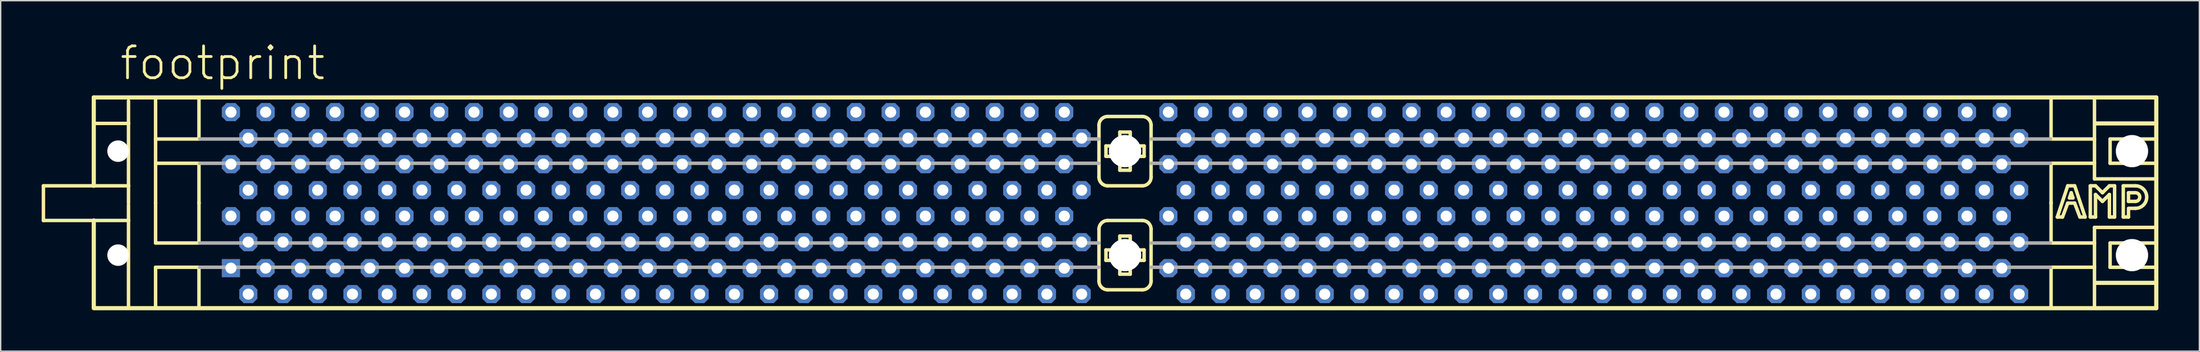
<source format=kicad_pcb>
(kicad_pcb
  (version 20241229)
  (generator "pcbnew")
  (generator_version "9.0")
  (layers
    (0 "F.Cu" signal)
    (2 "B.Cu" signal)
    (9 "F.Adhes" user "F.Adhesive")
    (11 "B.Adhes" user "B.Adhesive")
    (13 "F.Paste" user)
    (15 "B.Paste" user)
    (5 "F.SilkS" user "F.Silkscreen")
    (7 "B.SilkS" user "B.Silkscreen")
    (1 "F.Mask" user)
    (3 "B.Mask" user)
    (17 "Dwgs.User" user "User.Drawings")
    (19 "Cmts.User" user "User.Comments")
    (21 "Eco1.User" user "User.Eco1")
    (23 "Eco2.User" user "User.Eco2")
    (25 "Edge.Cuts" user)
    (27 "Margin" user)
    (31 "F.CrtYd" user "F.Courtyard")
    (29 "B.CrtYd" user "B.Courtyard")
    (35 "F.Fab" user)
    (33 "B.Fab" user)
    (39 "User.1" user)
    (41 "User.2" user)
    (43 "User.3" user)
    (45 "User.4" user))
  (footprint "footprint"
    (layer "F.Cu")
    (at 79.248 11.836)
    (property "Reference" "footprint" (at -73.66 -8.89 0) (layer "F.SilkS") (effects (font (size 2.337 2.337) (thickness 0.203)) (justify left bottom)))
    (fp_line (start -79.121 -1.27) (end -79.121 1.27) (stroke (width 0.254) (type solid)) (layer "F.SilkS"))
    (fp_line (start -79.121 1.27) (end -75.438 1.27) (stroke (width 0.254) (type solid)) (layer "F.SilkS"))
    (fp_line (start -75.438 -7.747) (end -75.438 -1.27) (stroke (width 0.305) (type solid)) (layer "F.SilkS"))
    (fp_line (start -75.438 -7.747) (end 75.438 -7.747) (stroke (width 0.305) (type solid)) (layer "F.SilkS"))
    (fp_line (start -75.438 -1.27) (end -79.121 -1.27) (stroke (width 0.254) (type solid)) (layer "F.SilkS"))
    (fp_line (start -75.438 -1.27) (end -72.898 -1.27) (stroke (width 0.254) (type solid)) (layer "F.SilkS"))
    (fp_line (start -75.438 1.27) (end -75.438 7.62) (stroke (width 0.305) (type solid)) (layer "F.SilkS"))
    (fp_line (start -75.438 1.27) (end -72.898 1.27) (stroke (width 0.254) (type solid)) (layer "F.SilkS"))
    (fp_line (start -75.311 -5.842) (end -72.898 -5.842) (stroke (width 0.254) (type solid)) (layer "F.SilkS"))
    (fp_line (start -72.898 -7.493) (end -72.898 -5.842) (stroke (width 0.254) (type solid)) (layer "F.SilkS"))
    (fp_line (start -72.898 -5.842) (end -72.898 -1.27) (stroke (width 0.254) (type solid)) (layer "F.SilkS"))
    (fp_line (start -72.898 -1.27) (end -72.898 0) (stroke (width 0.254) (type solid)) (layer "F.SilkS"))
    (fp_line (start -72.898 0.127) (end -72.898 1.27) (stroke (width 0.254) (type solid)) (layer "F.SilkS"))
    (fp_line (start -72.898 1.27) (end -72.898 7.62) (stroke (width 0.254) (type solid)) (layer "F.SilkS"))
    (fp_line (start -70.917 -7.671) (end -70.917 -4.699) (stroke (width 0.254) (type solid)) (layer "F.SilkS"))
    (fp_line (start -70.917 -4.699) (end -70.917 -2.921) (stroke (width 0.254) (type solid)) (layer "F.SilkS"))
    (fp_line (start -70.917 -4.699) (end -67.818 -4.699) (stroke (width 0.254) (type solid)) (layer "F.SilkS"))
    (fp_line (start -70.917 -2.921) (end -70.917 0) (stroke (width 0.254) (type solid)) (layer "F.SilkS"))
    (fp_line (start -70.917 -2.921) (end -67.818 -2.921) (stroke (width 0.254) (type solid)) (layer "F.SilkS"))
    (fp_line (start -70.917 -0.051) (end -70.917 0) (stroke (width 0.254) (type solid)) (layer "F.SilkS"))
    (fp_line (start -70.917 0) (end -70.917 2.921) (stroke (width 0.254) (type solid)) (layer "F.SilkS"))
    (fp_line (start -70.917 2.921) (end -67.818 2.921) (stroke (width 0.254) (type solid)) (layer "F.SilkS"))
    (fp_line (start -70.917 4.699) (end -70.917 7.62) (stroke (width 0.254) (type solid)) (layer "F.SilkS"))
    (fp_line (start -70.917 4.699) (end -67.818 4.699) (stroke (width 0.254) (type solid)) (layer "F.SilkS"))
    (fp_line (start -67.742 -7.671) (end -67.742 -4.699) (stroke (width 0.254) (type solid)) (layer "F.SilkS"))
    (fp_line (start -67.742 -2.921) (end -67.742 0) (stroke (width 0.254) (type solid)) (layer "F.SilkS"))
    (fp_line (start -67.742 -0.051) (end -67.742 0) (stroke (width 0.254) (type solid)) (layer "F.SilkS"))
    (fp_line (start -67.742 0) (end -67.742 2.921) (stroke (width 0.254) (type solid)) (layer "F.SilkS"))
    (fp_line (start -67.742 4.699) (end -67.742 7.62) (stroke (width 0.254) (type solid)) (layer "F.SilkS"))
    (fp_line (start -1.905 -5.715) (end -1.905 -1.905) (stroke (width 0.254) (type solid)) (layer "F.SilkS"))
    (fp_line (start -1.905 1.905) (end -1.905 5.715) (stroke (width 0.254) (type solid)) (layer "F.SilkS"))
    (fp_line (start -1.397 -4.191) (end -1.397 -3.429) (stroke (width 0.254) (type solid)) (layer "F.SilkS"))
    (fp_line (start -1.397 -3.429) (end -0.381 -3.429) (stroke (width 0.254) (type solid)) (layer "F.SilkS"))
    (fp_line (start -1.397 3.429) (end -1.397 4.191) (stroke (width 0.254) (type solid)) (layer "F.SilkS"))
    (fp_line (start -1.397 4.191) (end -0.381 4.191) (stroke (width 0.254) (type solid)) (layer "F.SilkS"))
    (fp_line (start -1.27 -1.27) (end 1.27 -1.27) (stroke (width 0.254) (type solid)) (layer "F.SilkS"))
    (fp_line (start -1.27 6.35) (end 1.27 6.35) (stroke (width 0.254) (type solid)) (layer "F.SilkS"))
    (fp_line (start -0.381 -5.207) (end -0.381 -4.191) (stroke (width 0.254) (type solid)) (layer "F.SilkS"))
    (fp_line (start -0.381 -4.191) (end -1.397 -4.191) (stroke (width 0.254) (type solid)) (layer "F.SilkS"))
    (fp_line (start -0.381 -3.429) (end -0.381 -2.413) (stroke (width 0.254) (type solid)) (layer "F.SilkS"))
    (fp_line (start -0.381 -2.413) (end 0.381 -2.413) (stroke (width 0.254) (type solid)) (layer "F.SilkS"))
    (fp_line (start -0.381 2.413) (end -0.381 3.429) (stroke (width 0.254) (type solid)) (layer "F.SilkS"))
    (fp_line (start -0.381 3.429) (end -1.397 3.429) (stroke (width 0.254) (type solid)) (layer "F.SilkS"))
    (fp_line (start -0.381 4.191) (end -0.381 5.207) (stroke (width 0.254) (type solid)) (layer "F.SilkS"))
    (fp_line (start -0.381 5.207) (end 0.381 5.207) (stroke (width 0.254) (type solid)) (layer "F.SilkS"))
    (fp_line (start 0.381 -5.207) (end -0.381 -5.207) (stroke (width 0.254) (type solid)) (layer "F.SilkS"))
    (fp_line (start 0.381 -4.191) (end 0.381 -5.207) (stroke (width 0.254) (type solid)) (layer "F.SilkS"))
    (fp_line (start 0.381 -3.429) (end 1.397 -3.429) (stroke (width 0.254) (type solid)) (layer "F.SilkS"))
    (fp_line (start 0.381 -2.413) (end 0.381 -3.429) (stroke (width 0.254) (type solid)) (layer "F.SilkS"))
    (fp_line (start 0.381 2.413) (end -0.381 2.413) (stroke (width 0.254) (type solid)) (layer "F.SilkS"))
    (fp_line (start 0.381 3.429) (end 0.381 2.413) (stroke (width 0.254) (type solid)) (layer "F.SilkS"))
    (fp_line (start 0.381 4.191) (end 1.397 4.191) (stroke (width 0.254) (type solid)) (layer "F.SilkS"))
    (fp_line (start 0.381 5.207) (end 0.381 4.191) (stroke (width 0.254) (type solid)) (layer "F.SilkS"))
    (fp_line (start 1.27 -6.35) (end -1.27 -6.35) (stroke (width 0.254) (type solid)) (layer "F.SilkS"))
    (fp_line (start 1.27 1.27) (end -1.27 1.27) (stroke (width 0.254) (type solid)) (layer "F.SilkS"))
    (fp_line (start 1.397 -4.191) (end 0.381 -4.191) (stroke (width 0.254) (type solid)) (layer "F.SilkS"))
    (fp_line (start 1.397 -3.429) (end 1.397 -4.191) (stroke (width 0.254) (type solid)) (layer "F.SilkS"))
    (fp_line (start 1.397 3.429) (end 0.381 3.429) (stroke (width 0.254) (type solid)) (layer "F.SilkS"))
    (fp_line (start 1.397 4.191) (end 1.397 3.429) (stroke (width 0.254) (type solid)) (layer "F.SilkS"))
    (fp_line (start 1.905 -1.905) (end 1.905 -5.715) (stroke (width 0.254) (type solid)) (layer "F.SilkS"))
    (fp_line (start 1.905 5.715) (end 1.905 1.905) (stroke (width 0.254) (type solid)) (layer "F.SilkS"))
    (fp_line (start 67.742 -7.671) (end 67.742 -4.699) (stroke (width 0.254) (type solid)) (layer "F.SilkS"))
    (fp_line (start 67.742 -2.921) (end 67.742 0) (stroke (width 0.254) (type solid)) (layer "F.SilkS"))
    (fp_line (start 67.742 -0.051) (end 67.742 0) (stroke (width 0.254) (type solid)) (layer "F.SilkS"))
    (fp_line (start 67.742 0) (end 67.742 2.921) (stroke (width 0.254) (type solid)) (layer "F.SilkS"))
    (fp_line (start 67.742 4.699) (end 67.742 7.62) (stroke (width 0.254) (type solid)) (layer "F.SilkS"))
    (fp_line (start 68.199 1.016) (end 68.961 -1.27) (stroke (width 0.254) (type solid)) (layer "F.SilkS"))
    (fp_line (start 68.58 1.016) (end 68.199 1.016) (stroke (width 0.254) (type solid)) (layer "F.SilkS"))
    (fp_line (start 68.961 -1.27) (end 69.469 -1.27) (stroke (width 0.254) (type solid)) (layer "F.SilkS"))
    (fp_line (start 68.961 0) (end 68.58 1.016) (stroke (width 0.254) (type solid)) (layer "F.SilkS"))
    (fp_line (start 69.088 -0.381) (end 69.342 -0.381) (stroke (width 0.254) (type solid)) (layer "F.SilkS"))
    (fp_line (start 69.215 -0.762) (end 69.088 -0.381) (stroke (width 0.254) (type solid)) (layer "F.SilkS"))
    (fp_line (start 69.342 -0.381) (end 69.215 -0.762) (stroke (width 0.254) (type solid)) (layer "F.SilkS"))
    (fp_line (start 69.469 -1.27) (end 70.231 1.016) (stroke (width 0.254) (type solid)) (layer "F.SilkS"))
    (fp_line (start 69.469 0) (end 68.961 0) (stroke (width 0.254) (type solid)) (layer "F.SilkS"))
    (fp_line (start 69.85 1.016) (end 69.469 0) (stroke (width 0.254) (type solid)) (layer "F.SilkS"))
    (fp_line (start 70.231 1.016) (end 69.85 1.016) (stroke (width 0.254) (type solid)) (layer "F.SilkS"))
    (fp_line (start 70.612 -1.27) (end 70.993 -1.27) (stroke (width 0.254) (type solid)) (layer "F.SilkS"))
    (fp_line (start 70.612 1.016) (end 70.612 -1.27) (stroke (width 0.254) (type solid)) (layer "F.SilkS"))
    (fp_line (start 70.917 -7.671) (end 70.917 -4.699) (stroke (width 0.254) (type solid)) (layer "F.SilkS"))
    (fp_line (start 70.917 -4.699) (end 67.818 -4.699) (stroke (width 0.254) (type solid)) (layer "F.SilkS"))
    (fp_line (start 70.917 -4.699) (end 70.917 -2.921) (stroke (width 0.254) (type solid)) (layer "F.SilkS"))
    (fp_line (start 70.917 -2.921) (end 67.818 -2.921) (stroke (width 0.254) (type solid)) (layer "F.SilkS"))
    (fp_line (start 70.917 -2.921) (end 70.917 -1.778) (stroke (width 0.254) (type solid)) (layer "F.SilkS"))
    (fp_line (start 70.917 1.778) (end 70.917 2.921) (stroke (width 0.254) (type solid)) (layer "F.SilkS"))
    (fp_line (start 70.917 2.921) (end 67.818 2.921) (stroke (width 0.254) (type solid)) (layer "F.SilkS"))
    (fp_line (start 70.917 2.921) (end 70.917 4.699) (stroke (width 0.254) (type solid)) (layer "F.SilkS"))
    (fp_line (start 70.917 4.699) (end 67.818 4.699) (stroke (width 0.254) (type solid)) (layer "F.SilkS"))
    (fp_line (start 70.917 4.699) (end 70.917 7.62) (stroke (width 0.254) (type solid)) (layer "F.SilkS"))
    (fp_line (start 70.993 -1.27) (end 71.501 -0.762) (stroke (width 0.254) (type solid)) (layer "F.SilkS"))
    (fp_line (start 70.993 -0.635) (end 70.993 1.016) (stroke (width 0.254) (type solid)) (layer "F.SilkS"))
    (fp_line (start 70.993 1.016) (end 70.612 1.016) (stroke (width 0.254) (type solid)) (layer "F.SilkS"))
    (fp_line (start 71.501 -0.762) (end 72.009 -1.27) (stroke (width 0.254) (type solid)) (layer "F.SilkS"))
    (fp_line (start 71.501 -0.127) (end 70.993 -0.635) (stroke (width 0.254) (type solid)) (layer "F.SilkS"))
    (fp_line (start 72.009 -1.27) (end 72.39 -1.27) (stroke (width 0.254) (type solid)) (layer "F.SilkS"))
    (fp_line (start 72.009 -0.635) (end 71.501 -0.127) (stroke (width 0.254) (type solid)) (layer "F.SilkS"))
    (fp_line (start 72.009 1.016) (end 72.009 -0.635) (stroke (width 0.254) (type solid)) (layer "F.SilkS"))
    (fp_line (start 72.06 -4.699) (end 72.06 -2.921) (stroke (width 0.254) (type solid)) (layer "F.SilkS"))
    (fp_line (start 72.06 2.921) (end 72.06 4.699) (stroke (width 0.254) (type solid)) (layer "F.SilkS"))
    (fp_line (start 72.39 -1.27) (end 72.39 1.016) (stroke (width 0.254) (type solid)) (layer "F.SilkS"))
    (fp_line (start 72.39 1.016) (end 72.009 1.016) (stroke (width 0.254) (type solid)) (layer "F.SilkS"))
    (fp_line (start 73.025 -1.27) (end 73.914 -1.27) (stroke (width 0.254) (type solid)) (layer "F.SilkS"))
    (fp_line (start 73.025 1.016) (end 73.025 -1.27) (stroke (width 0.254) (type solid)) (layer "F.SilkS"))
    (fp_line (start 73.025 1.016) (end 73.406 1.016) (stroke (width 0.254) (type solid)) (layer "F.SilkS"))
    (fp_line (start 73.406 -0.762) (end 73.914 -0.762) (stroke (width 0.254) (type solid)) (layer "F.SilkS"))
    (fp_line (start 73.406 -0.127) (end 73.406 -0.762) (stroke (width 0.254) (type solid)) (layer "F.SilkS"))
    (fp_line (start 73.406 0.381) (end 73.914 0.381) (stroke (width 0.254) (type solid)) (layer "F.SilkS"))
    (fp_line (start 73.406 1.016) (end 73.406 0.508) (stroke (width 0.254) (type solid)) (layer "F.SilkS"))
    (fp_line (start 73.914 -0.127) (end 73.406 -0.127) (stroke (width 0.254) (type solid)) (layer "F.SilkS"))
    (fp_line (start 75.438 -7.747) (end 75.438 -5.842) (stroke (width 0.305) (type solid)) (layer "F.SilkS"))
    (fp_line (start 75.438 -5.842) (end 70.993 -5.842) (stroke (width 0.305) (type solid)) (layer "F.SilkS"))
    (fp_line (start 75.438 -5.842) (end 75.438 -4.699) (stroke (width 0.305) (type solid)) (layer "F.SilkS"))
    (fp_line (start 75.438 -4.699) (end 72.06 -4.699) (stroke (width 0.254) (type solid)) (layer "F.SilkS"))
    (fp_line (start 75.438 -4.699) (end 75.438 -2.921) (stroke (width 0.305) (type solid)) (layer "F.SilkS"))
    (fp_line (start 75.438 -2.921) (end 72.06 -2.921) (stroke (width 0.254) (type solid)) (layer "F.SilkS"))
    (fp_line (start 75.438 -2.921) (end 75.438 -1.778) (stroke (width 0.305) (type solid)) (layer "F.SilkS"))
    (fp_line (start 75.438 -1.778) (end 70.917 -1.778) (stroke (width 0.254) (type solid)) (layer "F.SilkS"))
    (fp_line (start 75.438 -1.778) (end 75.438 1.778) (stroke (width 0.305) (type solid)) (layer "F.SilkS"))
    (fp_line (start 75.438 1.778) (end 70.917 1.778) (stroke (width 0.254) (type solid)) (layer "F.SilkS"))
    (fp_line (start 75.438 1.778) (end 75.438 2.921) (stroke (width 0.305) (type solid)) (layer "F.SilkS"))
    (fp_line (start 75.438 2.921) (end 72.06 2.921) (stroke (width 0.254) (type solid)) (layer "F.SilkS"))
    (fp_line (start 75.438 2.921) (end 75.438 4.699) (stroke (width 0.305) (type solid)) (layer "F.SilkS"))
    (fp_line (start 75.438 4.699) (end 72.06 4.699) (stroke (width 0.254) (type solid)) (layer "F.SilkS"))
    (fp_line (start 75.438 4.699) (end 75.438 5.842) (stroke (width 0.305) (type solid)) (layer "F.SilkS"))
    (fp_line (start 75.438 5.842) (end 70.993 5.842) (stroke (width 0.305) (type solid)) (layer "F.SilkS"))
    (fp_line (start 75.438 5.842) (end 75.438 7.696) (stroke (width 0.305) (type solid)) (layer "F.SilkS"))
    (fp_line (start 75.438 7.696) (end -75.438 7.696) (stroke (width 0.305) (type solid)) (layer "F.SilkS"))
    (fp_arc (start -1.905 -5.715) (mid -1.719013 -6.164013) (end -1.27 -6.35) (stroke (width 0.254) (type solid)) (layer "F.SilkS"))
    (fp_arc (start -1.905 1.905) (mid -1.719013 1.455987) (end -1.27 1.27) (stroke (width 0.254) (type solid)) (layer "F.SilkS"))
    (fp_arc (start -1.27 -1.27) (mid -1.719013 -1.455987) (end -1.905 -1.905) (stroke (width 0.254) (type solid)) (layer "F.SilkS"))
    (fp_arc (start -1.27 6.35) (mid -1.719013 6.164013) (end -1.905 5.715) (stroke (width 0.254) (type solid)) (layer "F.SilkS"))
    (fp_arc (start 1.27 -6.35) (mid 1.719013 -6.164013) (end 1.905 -5.715) (stroke (width 0.254) (type solid)) (layer "F.SilkS"))
    (fp_arc (start 1.27 1.27) (mid 1.719013 1.455987) (end 1.905 1.905) (stroke (width 0.254) (type solid)) (layer "F.SilkS"))
    (fp_arc (start 1.905 -1.905) (mid 1.719013 -1.455987) (end 1.27 -1.27) (stroke (width 0.254) (type solid)) (layer "F.SilkS"))
    (fp_arc (start 1.905 5.715) (mid 1.719013 6.164013) (end 1.27 6.35) (stroke (width 0.254) (type solid)) (layer "F.SilkS"))
    (fp_arc (start 73.914 -1.27) (mid 74.7395 -0.4445) (end 73.914 0.381) (stroke (width 0.254) (type solid)) (layer "F.SilkS"))
    (fp_arc (start 73.914 -0.762) (mid 74.2315 -0.4445) (end 73.914 -0.127) (stroke (width 0.254) (type solid)) (layer "F.SilkS"))
    (fp_line (start -67.691 -4.699) (end -1.905 -4.699) (stroke (width 0.254) (type solid)) (layer "F.Fab"))
    (fp_line (start -67.691 -2.921) (end -1.905 -2.921) (stroke (width 0.254) (type solid)) (layer "F.Fab"))
    (fp_line (start -67.691 2.921) (end -1.905 2.921) (stroke (width 0.254) (type solid)) (layer "F.Fab"))
    (fp_line (start -67.691 4.699) (end -1.905 4.699) (stroke (width 0.254) (type solid)) (layer "F.Fab"))
    (fp_line (start 1.905 -4.699) (end 67.691 -4.699) (stroke (width 0.254) (type solid)) (layer "F.Fab"))
    (fp_line (start 1.905 -2.921) (end 67.691 -2.921) (stroke (width 0.254) (type solid)) (layer "F.Fab"))
    (fp_line (start 1.905 2.921) (end 67.691 2.921) (stroke (width 0.254) (type solid)) (layer "F.Fab"))
    (fp_line (start 1.905 4.699) (end 67.691 4.699) (stroke (width 0.254) (type solid)) (layer "F.Fab"))
    (pad "" np_thru_hole circle (at -73.66 -3.81) (size 1.575 1.575) (drill 1.575) (layers "*.Cu" "*.Mask"))
    (pad "" np_thru_hole circle (at -73.66 3.81) (size 1.575 1.575) (drill 1.575) (layers "*.Cu" "*.Mask"))
    (pad "" np_thru_hole circle (at 0 -3.81) (size 2.362 2.362) (drill 2.362) (layers "*.Cu" "*.Mask"))
    (pad "" np_thru_hole circle (at 0 3.81) (size 2.362 2.362) (drill 2.362) (layers "*.Cu" "*.Mask"))
    (pad "" np_thru_hole circle (at 73.66 -3.81) (size 2.362 2.362) (drill 2.362) (layers "*.Cu" "*.Mask"))
    (pad "" np_thru_hole circle (at 73.66 3.81) (size 2.362 2.362) (drill 2.362) (layers "*.Cu" "*.Mask"))
    (pad "1" thru_hole rect (at -65.405 4.763) (size 1.321 1.321) (drill 0.813) (layers "*.Cu" "*.Mask"))
    (pad "2" thru_hole roundrect (at -64.135 6.668) (size 1.321 1.321) (drill 0.813) (layers "*.Cu" "*.Mask") (roundrect_rratio 0.25) (chamfer_ratio 0.25) (chamfer top_left top_right bottom_left bottom_right))
    (pad "3" thru_hole roundrect (at -62.865 4.763) (size 1.321 1.321) (drill 0.813) (layers "*.Cu" "*.Mask") (roundrect_rratio 0.25) (chamfer_ratio 0.25) (chamfer top_left top_right bottom_left bottom_right))
    (pad "4" thru_hole roundrect (at -61.595 6.668) (size 1.321 1.321) (drill 0.813) (layers "*.Cu" "*.Mask") (roundrect_rratio 0.25) (chamfer_ratio 0.25) (chamfer top_left top_right bottom_left bottom_right))
    (pad "5" thru_hole roundrect (at -60.325 4.763) (size 1.321 1.321) (drill 0.813) (layers "*.Cu" "*.Mask") (roundrect_rratio 0.25) (chamfer_ratio 0.25) (chamfer top_left top_right bottom_left bottom_right))
    (pad "6" thru_hole roundrect (at -59.055 6.668) (size 1.321 1.321) (drill 0.813) (layers "*.Cu" "*.Mask") (roundrect_rratio 0.25) (chamfer_ratio 0.25) (chamfer top_left top_right bottom_left bottom_right))
    (pad "7" thru_hole roundrect (at -57.785 4.763) (size 1.321 1.321) (drill 0.813) (layers "*.Cu" "*.Mask") (roundrect_rratio 0.25) (chamfer_ratio 0.25) (chamfer top_left top_right bottom_left bottom_right))
    (pad "8" thru_hole roundrect (at -56.515 6.668) (size 1.321 1.321) (drill 0.813) (layers "*.Cu" "*.Mask") (roundrect_rratio 0.25) (chamfer_ratio 0.25) (chamfer top_left top_right bottom_left bottom_right))
    (pad "9" thru_hole roundrect (at -55.245 4.763) (size 1.321 1.321) (drill 0.813) (layers "*.Cu" "*.Mask") (roundrect_rratio 0.25) (chamfer_ratio 0.25) (chamfer top_left top_right bottom_left bottom_right))
    (pad "10" thru_hole roundrect (at -53.975 6.668) (size 1.321 1.321) (drill 0.813) (layers "*.Cu" "*.Mask") (roundrect_rratio 0.25) (chamfer_ratio 0.25) (chamfer top_left top_right bottom_left bottom_right))
    (pad "11" thru_hole roundrect (at -52.705 4.763) (size 1.321 1.321) (drill 0.813) (layers "*.Cu" "*.Mask") (roundrect_rratio 0.25) (chamfer_ratio 0.25) (chamfer top_left top_right bottom_left bottom_right))
    (pad "12" thru_hole roundrect (at -51.435 6.668) (size 1.321 1.321) (drill 0.813) (layers "*.Cu" "*.Mask") (roundrect_rratio 0.25) (chamfer_ratio 0.25) (chamfer top_left top_right bottom_left bottom_right))
    (pad "13" thru_hole roundrect (at -50.165 4.763) (size 1.321 1.321) (drill 0.813) (layers "*.Cu" "*.Mask") (roundrect_rratio 0.25) (chamfer_ratio 0.25) (chamfer top_left top_right bottom_left bottom_right))
    (pad "14" thru_hole roundrect (at -48.895 6.668) (size 1.321 1.321) (drill 0.813) (layers "*.Cu" "*.Mask") (roundrect_rratio 0.25) (chamfer_ratio 0.25) (chamfer top_left top_right bottom_left bottom_right))
    (pad "15" thru_hole roundrect (at -47.625 4.763) (size 1.321 1.321) (drill 0.813) (layers "*.Cu" "*.Mask") (roundrect_rratio 0.25) (chamfer_ratio 0.25) (chamfer top_left top_right bottom_left bottom_right))
    (pad "16" thru_hole roundrect (at -46.355 6.668) (size 1.321 1.321) (drill 0.813) (layers "*.Cu" "*.Mask") (roundrect_rratio 0.25) (chamfer_ratio 0.25) (chamfer top_left top_right bottom_left bottom_right))
    (pad "17" thru_hole roundrect (at -45.085 4.763) (size 1.321 1.321) (drill 0.813) (layers "*.Cu" "*.Mask") (roundrect_rratio 0.25) (chamfer_ratio 0.25) (chamfer top_left top_right bottom_left bottom_right))
    (pad "18" thru_hole roundrect (at -43.815 6.668) (size 1.321 1.321) (drill 0.813) (layers "*.Cu" "*.Mask") (roundrect_rratio 0.25) (chamfer_ratio 0.25) (chamfer top_left top_right bottom_left bottom_right))
    (pad "19" thru_hole roundrect (at -42.545 4.763) (size 1.321 1.321) (drill 0.813) (layers "*.Cu" "*.Mask") (roundrect_rratio 0.25) (chamfer_ratio 0.25) (chamfer top_left top_right bottom_left bottom_right))
    (pad "20" thru_hole roundrect (at -41.275 6.668) (size 1.321 1.321) (drill 0.813) (layers "*.Cu" "*.Mask") (roundrect_rratio 0.25) (chamfer_ratio 0.25) (chamfer top_left top_right bottom_left bottom_right))
    (pad "21" thru_hole roundrect (at -40.005 4.763) (size 1.321 1.321) (drill 0.813) (layers "*.Cu" "*.Mask") (roundrect_rratio 0.25) (chamfer_ratio 0.25) (chamfer top_left top_right bottom_left bottom_right))
    (pad "22" thru_hole roundrect (at -38.735 6.668) (size 1.321 1.321) (drill 0.813) (layers "*.Cu" "*.Mask") (roundrect_rratio 0.25) (chamfer_ratio 0.25) (chamfer top_left top_right bottom_left bottom_right))
    (pad "23" thru_hole roundrect (at -37.465 4.763) (size 1.321 1.321) (drill 0.813) (layers "*.Cu" "*.Mask") (roundrect_rratio 0.25) (chamfer_ratio 0.25) (chamfer top_left top_right bottom_left bottom_right))
    (pad "24" thru_hole roundrect (at -36.195 6.668) (size 1.321 1.321) (drill 0.813) (layers "*.Cu" "*.Mask") (roundrect_rratio 0.25) (chamfer_ratio 0.25) (chamfer top_left top_right bottom_left bottom_right))
    (pad "25" thru_hole roundrect (at -34.925 4.763) (size 1.321 1.321) (drill 0.813) (layers "*.Cu" "*.Mask") (roundrect_rratio 0.25) (chamfer_ratio 0.25) (chamfer top_left top_right bottom_left bottom_right))
    (pad "26" thru_hole roundrect (at -33.655 6.668) (size 1.321 1.321) (drill 0.813) (layers "*.Cu" "*.Mask") (roundrect_rratio 0.25) (chamfer_ratio 0.25) (chamfer top_left top_right bottom_left bottom_right))
    (pad "27" thru_hole roundrect (at -32.385 4.763) (size 1.321 1.321) (drill 0.813) (layers "*.Cu" "*.Mask") (roundrect_rratio 0.25) (chamfer_ratio 0.25) (chamfer top_left top_right bottom_left bottom_right))
    (pad "28" thru_hole roundrect (at -31.115 6.668) (size 1.321 1.321) (drill 0.813) (layers "*.Cu" "*.Mask") (roundrect_rratio 0.25) (chamfer_ratio 0.25) (chamfer top_left top_right bottom_left bottom_right))
    (pad "29" thru_hole roundrect (at -29.845 4.763) (size 1.321 1.321) (drill 0.813) (layers "*.Cu" "*.Mask") (roundrect_rratio 0.25) (chamfer_ratio 0.25) (chamfer top_left top_right bottom_left bottom_right))
    (pad "30" thru_hole roundrect (at -28.575 6.668) (size 1.321 1.321) (drill 0.813) (layers "*.Cu" "*.Mask") (roundrect_rratio 0.25) (chamfer_ratio 0.25) (chamfer top_left top_right bottom_left bottom_right))
    (pad "31" thru_hole roundrect (at -27.305 4.763) (size 1.321 1.321) (drill 0.813) (layers "*.Cu" "*.Mask") (roundrect_rratio 0.25) (chamfer_ratio 0.25) (chamfer top_left top_right bottom_left bottom_right))
    (pad "32" thru_hole roundrect (at -26.035 6.668) (size 1.321 1.321) (drill 0.813) (layers "*.Cu" "*.Mask") (roundrect_rratio 0.25) (chamfer_ratio 0.25) (chamfer top_left top_right bottom_left bottom_right))
    (pad "33" thru_hole roundrect (at -24.765 4.763) (size 1.321 1.321) (drill 0.813) (layers "*.Cu" "*.Mask") (roundrect_rratio 0.25) (chamfer_ratio 0.25) (chamfer top_left top_right bottom_left bottom_right))
    (pad "34" thru_hole roundrect (at -23.495 6.668) (size 1.321 1.321) (drill 0.813) (layers "*.Cu" "*.Mask") (roundrect_rratio 0.25) (chamfer_ratio 0.25) (chamfer top_left top_right bottom_left bottom_right))
    (pad "35" thru_hole roundrect (at -22.225 4.763) (size 1.321 1.321) (drill 0.813) (layers "*.Cu" "*.Mask") (roundrect_rratio 0.25) (chamfer_ratio 0.25) (chamfer top_left top_right bottom_left bottom_right))
    (pad "36" thru_hole roundrect (at -20.955 6.668) (size 1.321 1.321) (drill 0.813) (layers "*.Cu" "*.Mask") (roundrect_rratio 0.25) (chamfer_ratio 0.25) (chamfer top_left top_right bottom_left bottom_right))
    (pad "37" thru_hole roundrect (at -19.685 4.763) (size 1.321 1.321) (drill 0.813) (layers "*.Cu" "*.Mask") (roundrect_rratio 0.25) (chamfer_ratio 0.25) (chamfer top_left top_right bottom_left bottom_right))
    (pad "38" thru_hole roundrect (at -18.415 6.668) (size 1.321 1.321) (drill 0.813) (layers "*.Cu" "*.Mask") (roundrect_rratio 0.25) (chamfer_ratio 0.25) (chamfer top_left top_right bottom_left bottom_right))
    (pad "39" thru_hole roundrect (at -17.145 4.763) (size 1.321 1.321) (drill 0.813) (layers "*.Cu" "*.Mask") (roundrect_rratio 0.25) (chamfer_ratio 0.25) (chamfer top_left top_right bottom_left bottom_right))
    (pad "40" thru_hole roundrect (at -15.875 6.668) (size 1.321 1.321) (drill 0.813) (layers "*.Cu" "*.Mask") (roundrect_rratio 0.25) (chamfer_ratio 0.25) (chamfer top_left top_right bottom_left bottom_right))
    (pad "41" thru_hole roundrect (at -14.605 4.763) (size 1.321 1.321) (drill 0.813) (layers "*.Cu" "*.Mask") (roundrect_rratio 0.25) (chamfer_ratio 0.25) (chamfer top_left top_right bottom_left bottom_right))
    (pad "42" thru_hole roundrect (at -13.335 6.668) (size 1.321 1.321) (drill 0.813) (layers "*.Cu" "*.Mask") (roundrect_rratio 0.25) (chamfer_ratio 0.25) (chamfer top_left top_right bottom_left bottom_right))
    (pad "43" thru_hole roundrect (at -12.065 4.763) (size 1.321 1.321) (drill 0.813) (layers "*.Cu" "*.Mask") (roundrect_rratio 0.25) (chamfer_ratio 0.25) (chamfer top_left top_right bottom_left bottom_right))
    (pad "44" thru_hole roundrect (at -10.795 6.668) (size 1.321 1.321) (drill 0.813) (layers "*.Cu" "*.Mask") (roundrect_rratio 0.25) (chamfer_ratio 0.25) (chamfer top_left top_right bottom_left bottom_right))
    (pad "45" thru_hole roundrect (at -9.525 4.763) (size 1.321 1.321) (drill 0.813) (layers "*.Cu" "*.Mask") (roundrect_rratio 0.25) (chamfer_ratio 0.25) (chamfer top_left top_right bottom_left bottom_right))
    (pad "46" thru_hole roundrect (at -8.255 6.668) (size 1.321 1.321) (drill 0.813) (layers "*.Cu" "*.Mask") (roundrect_rratio 0.25) (chamfer_ratio 0.25) (chamfer top_left top_right bottom_left bottom_right))
    (pad "47" thru_hole roundrect (at -6.985 4.763) (size 1.321 1.321) (drill 0.813) (layers "*.Cu" "*.Mask") (roundrect_rratio 0.25) (chamfer_ratio 0.25) (chamfer top_left top_right bottom_left bottom_right))
    (pad "48" thru_hole roundrect (at -5.715 6.668) (size 1.321 1.321) (drill 0.813) (layers "*.Cu" "*.Mask") (roundrect_rratio 0.25) (chamfer_ratio 0.25) (chamfer top_left top_right bottom_left bottom_right))
    (pad "49" thru_hole roundrect (at -4.445 4.763) (size 1.321 1.321) (drill 0.813) (layers "*.Cu" "*.Mask") (roundrect_rratio 0.25) (chamfer_ratio 0.25) (chamfer top_left top_right bottom_left bottom_right))
    (pad "50" thru_hole roundrect (at -3.175 6.668) (size 1.321 1.321) (drill 0.813) (layers "*.Cu" "*.Mask") (roundrect_rratio 0.25) (chamfer_ratio 0.25) (chamfer top_left top_right bottom_left bottom_right))
    (pad "51" thru_hole roundrect (at 3.175 4.763) (size 1.321 1.321) (drill 0.813) (layers "*.Cu" "*.Mask") (roundrect_rratio 0.25) (chamfer_ratio 0.25) (chamfer top_left top_right bottom_left bottom_right))
    (pad "52" thru_hole roundrect (at 4.445 6.668) (size 1.321 1.321) (drill 0.813) (layers "*.Cu" "*.Mask") (roundrect_rratio 0.25) (chamfer_ratio 0.25) (chamfer top_left top_right bottom_left bottom_right))
    (pad "53" thru_hole roundrect (at 5.715 4.763) (size 1.321 1.321) (drill 0.813) (layers "*.Cu" "*.Mask") (roundrect_rratio 0.25) (chamfer_ratio 0.25) (chamfer top_left top_right bottom_left bottom_right))
    (pad "54" thru_hole roundrect (at 6.985 6.668) (size 1.321 1.321) (drill 0.813) (layers "*.Cu" "*.Mask") (roundrect_rratio 0.25) (chamfer_ratio 0.25) (chamfer top_left top_right bottom_left bottom_right))
    (pad "55" thru_hole roundrect (at 8.255 4.763) (size 1.321 1.321) (drill 0.813) (layers "*.Cu" "*.Mask") (roundrect_rratio 0.25) (chamfer_ratio 0.25) (chamfer top_left top_right bottom_left bottom_right))
    (pad "56" thru_hole roundrect (at 9.525 6.668) (size 1.321 1.321) (drill 0.813) (layers "*.Cu" "*.Mask") (roundrect_rratio 0.25) (chamfer_ratio 0.25) (chamfer top_left top_right bottom_left bottom_right))
    (pad "57" thru_hole roundrect (at 10.795 4.763) (size 1.321 1.321) (drill 0.813) (layers "*.Cu" "*.Mask") (roundrect_rratio 0.25) (chamfer_ratio 0.25) (chamfer top_left top_right bottom_left bottom_right))
    (pad "58" thru_hole roundrect (at 12.065 6.668) (size 1.321 1.321) (drill 0.813) (layers "*.Cu" "*.Mask") (roundrect_rratio 0.25) (chamfer_ratio 0.25) (chamfer top_left top_right bottom_left bottom_right))
    (pad "59" thru_hole roundrect (at 13.335 4.763) (size 1.321 1.321) (drill 0.813) (layers "*.Cu" "*.Mask") (roundrect_rratio 0.25) (chamfer_ratio 0.25) (chamfer top_left top_right bottom_left bottom_right))
    (pad "60" thru_hole roundrect (at 14.605 6.668) (size 1.321 1.321) (drill 0.813) (layers "*.Cu" "*.Mask") (roundrect_rratio 0.25) (chamfer_ratio 0.25) (chamfer top_left top_right bottom_left bottom_right))
    (pad "61" thru_hole roundrect (at 15.875 4.763) (size 1.321 1.321) (drill 0.813) (layers "*.Cu" "*.Mask") (roundrect_rratio 0.25) (chamfer_ratio 0.25) (chamfer top_left top_right bottom_left bottom_right))
    (pad "62" thru_hole roundrect (at 17.145 6.668) (size 1.321 1.321) (drill 0.813) (layers "*.Cu" "*.Mask") (roundrect_rratio 0.25) (chamfer_ratio 0.25) (chamfer top_left top_right bottom_left bottom_right))
    (pad "63" thru_hole roundrect (at 18.415 4.763) (size 1.321 1.321) (drill 0.813) (layers "*.Cu" "*.Mask") (roundrect_rratio 0.25) (chamfer_ratio 0.25) (chamfer top_left top_right bottom_left bottom_right))
    (pad "64" thru_hole roundrect (at 19.685 6.668) (size 1.321 1.321) (drill 0.813) (layers "*.Cu" "*.Mask") (roundrect_rratio 0.25) (chamfer_ratio 0.25) (chamfer top_left top_right bottom_left bottom_right))
    (pad "65" thru_hole roundrect (at 20.955 4.763) (size 1.321 1.321) (drill 0.813) (layers "*.Cu" "*.Mask") (roundrect_rratio 0.25) (chamfer_ratio 0.25) (chamfer top_left top_right bottom_left bottom_right))
    (pad "66" thru_hole roundrect (at 22.225 6.668) (size 1.321 1.321) (drill 0.813) (layers "*.Cu" "*.Mask") (roundrect_rratio 0.25) (chamfer_ratio 0.25) (chamfer top_left top_right bottom_left bottom_right))
    (pad "67" thru_hole roundrect (at 23.495 4.763) (size 1.321 1.321) (drill 0.813) (layers "*.Cu" "*.Mask") (roundrect_rratio 0.25) (chamfer_ratio 0.25) (chamfer top_left top_right bottom_left bottom_right))
    (pad "68" thru_hole roundrect (at 24.765 6.668) (size 1.321 1.321) (drill 0.813) (layers "*.Cu" "*.Mask") (roundrect_rratio 0.25) (chamfer_ratio 0.25) (chamfer top_left top_right bottom_left bottom_right))
    (pad "69" thru_hole roundrect (at 26.035 4.763) (size 1.321 1.321) (drill 0.813) (layers "*.Cu" "*.Mask") (roundrect_rratio 0.25) (chamfer_ratio 0.25) (chamfer top_left top_right bottom_left bottom_right))
    (pad "70" thru_hole roundrect (at 27.305 6.668) (size 1.321 1.321) (drill 0.813) (layers "*.Cu" "*.Mask") (roundrect_rratio 0.25) (chamfer_ratio 0.25) (chamfer top_left top_right bottom_left bottom_right))
    (pad "71" thru_hole roundrect (at 28.575 4.763) (size 1.321 1.321) (drill 0.813) (layers "*.Cu" "*.Mask") (roundrect_rratio 0.25) (chamfer_ratio 0.25) (chamfer top_left top_right bottom_left bottom_right))
    (pad "72" thru_hole roundrect (at 29.845 6.668) (size 1.321 1.321) (drill 0.813) (layers "*.Cu" "*.Mask") (roundrect_rratio 0.25) (chamfer_ratio 0.25) (chamfer top_left top_right bottom_left bottom_right))
    (pad "73" thru_hole roundrect (at 31.115 4.763) (size 1.321 1.321) (drill 0.813) (layers "*.Cu" "*.Mask") (roundrect_rratio 0.25) (chamfer_ratio 0.25) (chamfer top_left top_right bottom_left bottom_right))
    (pad "74" thru_hole roundrect (at 32.385 6.668) (size 1.321 1.321) (drill 0.813) (layers "*.Cu" "*.Mask") (roundrect_rratio 0.25) (chamfer_ratio 0.25) (chamfer top_left top_right bottom_left bottom_right))
    (pad "75" thru_hole roundrect (at 33.655 4.763) (size 1.321 1.321) (drill 0.813) (layers "*.Cu" "*.Mask") (roundrect_rratio 0.25) (chamfer_ratio 0.25) (chamfer top_left top_right bottom_left bottom_right))
    (pad "76" thru_hole roundrect (at 34.925 6.668) (size 1.321 1.321) (drill 0.813) (layers "*.Cu" "*.Mask") (roundrect_rratio 0.25) (chamfer_ratio 0.25) (chamfer top_left top_right bottom_left bottom_right))
    (pad "77" thru_hole roundrect (at 36.195 4.763) (size 1.321 1.321) (drill 0.813) (layers "*.Cu" "*.Mask") (roundrect_rratio 0.25) (chamfer_ratio 0.25) (chamfer top_left top_right bottom_left bottom_right))
    (pad "78" thru_hole roundrect (at 37.465 6.668) (size 1.321 1.321) (drill 0.813) (layers "*.Cu" "*.Mask") (roundrect_rratio 0.25) (chamfer_ratio 0.25) (chamfer top_left top_right bottom_left bottom_right))
    (pad "79" thru_hole roundrect (at 38.735 4.763) (size 1.321 1.321) (drill 0.813) (layers "*.Cu" "*.Mask") (roundrect_rratio 0.25) (chamfer_ratio 0.25) (chamfer top_left top_right bottom_left bottom_right))
    (pad "80" thru_hole roundrect (at 40.005 6.668) (size 1.321 1.321) (drill 0.813) (layers "*.Cu" "*.Mask") (roundrect_rratio 0.25) (chamfer_ratio 0.25) (chamfer top_left top_right bottom_left bottom_right))
    (pad "81" thru_hole roundrect (at 41.275 4.763) (size 1.321 1.321) (drill 0.813) (layers "*.Cu" "*.Mask") (roundrect_rratio 0.25) (chamfer_ratio 0.25) (chamfer top_left top_right bottom_left bottom_right))
    (pad "82" thru_hole roundrect (at 42.545 6.668) (size 1.321 1.321) (drill 0.813) (layers "*.Cu" "*.Mask") (roundrect_rratio 0.25) (chamfer_ratio 0.25) (chamfer top_left top_right bottom_left bottom_right))
    (pad "83" thru_hole roundrect (at 43.815 4.763) (size 1.321 1.321) (drill 0.813) (layers "*.Cu" "*.Mask") (roundrect_rratio 0.25) (chamfer_ratio 0.25) (chamfer top_left top_right bottom_left bottom_right))
    (pad "84" thru_hole roundrect (at 45.085 6.668) (size 1.321 1.321) (drill 0.813) (layers "*.Cu" "*.Mask") (roundrect_rratio 0.25) (chamfer_ratio 0.25) (chamfer top_left top_right bottom_left bottom_right))
    (pad "85" thru_hole roundrect (at 46.355 4.763) (size 1.321 1.321) (drill 0.813) (layers "*.Cu" "*.Mask") (roundrect_rratio 0.25) (chamfer_ratio 0.25) (chamfer top_left top_right bottom_left bottom_right))
    (pad "86" thru_hole roundrect (at 47.625 6.668) (size 1.321 1.321) (drill 0.813) (layers "*.Cu" "*.Mask") (roundrect_rratio 0.25) (chamfer_ratio 0.25) (chamfer top_left top_right bottom_left bottom_right))
    (pad "87" thru_hole roundrect (at 48.895 4.763) (size 1.321 1.321) (drill 0.813) (layers "*.Cu" "*.Mask") (roundrect_rratio 0.25) (chamfer_ratio 0.25) (chamfer top_left top_right bottom_left bottom_right))
    (pad "88" thru_hole roundrect (at 50.165 6.668) (size 1.321 1.321) (drill 0.813) (layers "*.Cu" "*.Mask") (roundrect_rratio 0.25) (chamfer_ratio 0.25) (chamfer top_left top_right bottom_left bottom_right))
    (pad "89" thru_hole roundrect (at 51.435 4.763) (size 1.321 1.321) (drill 0.813) (layers "*.Cu" "*.Mask") (roundrect_rratio 0.25) (chamfer_ratio 0.25) (chamfer top_left top_right bottom_left bottom_right))
    (pad "90" thru_hole roundrect (at 52.705 6.668) (size 1.321 1.321) (drill 0.813) (layers "*.Cu" "*.Mask") (roundrect_rratio 0.25) (chamfer_ratio 0.25) (chamfer top_left top_right bottom_left bottom_right))
    (pad "91" thru_hole roundrect (at 53.975 4.763) (size 1.321 1.321) (drill 0.813) (layers "*.Cu" "*.Mask") (roundrect_rratio 0.25) (chamfer_ratio 0.25) (chamfer top_left top_right bottom_left bottom_right))
    (pad "92" thru_hole roundrect (at 55.245 6.668) (size 1.321 1.321) (drill 0.813) (layers "*.Cu" "*.Mask") (roundrect_rratio 0.25) (chamfer_ratio 0.25) (chamfer top_left top_right bottom_left bottom_right))
    (pad "93" thru_hole roundrect (at 56.515 4.763) (size 1.321 1.321) (drill 0.813) (layers "*.Cu" "*.Mask") (roundrect_rratio 0.25) (chamfer_ratio 0.25) (chamfer top_left top_right bottom_left bottom_right))
    (pad "94" thru_hole roundrect (at 57.785 6.668) (size 1.321 1.321) (drill 0.813) (layers "*.Cu" "*.Mask") (roundrect_rratio 0.25) (chamfer_ratio 0.25) (chamfer top_left top_right bottom_left bottom_right))
    (pad "95" thru_hole roundrect (at 59.055 4.763) (size 1.321 1.321) (drill 0.813) (layers "*.Cu" "*.Mask") (roundrect_rratio 0.25) (chamfer_ratio 0.25) (chamfer top_left top_right bottom_left bottom_right))
    (pad "96" thru_hole roundrect (at 60.325 6.668) (size 1.321 1.321) (drill 0.813) (layers "*.Cu" "*.Mask") (roundrect_rratio 0.25) (chamfer_ratio 0.25) (chamfer top_left top_right bottom_left bottom_right))
    (pad "97" thru_hole roundrect (at 61.595 4.763) (size 1.321 1.321) (drill 0.813) (layers "*.Cu" "*.Mask") (roundrect_rratio 0.25) (chamfer_ratio 0.25) (chamfer top_left top_right bottom_left bottom_right))
    (pad "98" thru_hole roundrect (at 62.865 6.668) (size 1.321 1.321) (drill 0.813) (layers "*.Cu" "*.Mask") (roundrect_rratio 0.25) (chamfer_ratio 0.25) (chamfer top_left top_right bottom_left bottom_right))
    (pad "99" thru_hole roundrect (at 64.135 4.763) (size 1.321 1.321) (drill 0.813) (layers "*.Cu" "*.Mask") (roundrect_rratio 0.25) (chamfer_ratio 0.25) (chamfer top_left top_right bottom_left bottom_right))
    (pad "100" thru_hole roundrect (at 65.405 6.668) (size 1.321 1.321) (drill 0.813) (layers "*.Cu" "*.Mask") (roundrect_rratio 0.25) (chamfer_ratio 0.25) (chamfer top_left top_right bottom_left bottom_right))
    (pad "101" thru_hole roundrect (at -65.405 0.953) (size 1.321 1.321) (drill 0.813) (layers "*.Cu" "*.Mask") (roundrect_rratio 0.25) (chamfer_ratio 0.25) (chamfer top_left top_right bottom_left bottom_right))
    (pad "102" thru_hole roundrect (at -64.135 2.857) (size 1.321 1.321) (drill 0.813) (layers "*.Cu" "*.Mask") (roundrect_rratio 0.25) (chamfer_ratio 0.25) (chamfer top_left top_right bottom_left bottom_right))
    (pad "103" thru_hole roundrect (at -62.865 0.953) (size 1.321 1.321) (drill 0.813) (layers "*.Cu" "*.Mask") (roundrect_rratio 0.25) (chamfer_ratio 0.25) (chamfer top_left top_right bottom_left bottom_right))
    (pad "104" thru_hole roundrect (at -61.595 2.857) (size 1.321 1.321) (drill 0.813) (layers "*.Cu" "*.Mask") (roundrect_rratio 0.25) (chamfer_ratio 0.25) (chamfer top_left top_right bottom_left bottom_right))
    (pad "105" thru_hole roundrect (at -60.325 0.953) (size 1.321 1.321) (drill 0.813) (layers "*.Cu" "*.Mask") (roundrect_rratio 0.25) (chamfer_ratio 0.25) (chamfer top_left top_right bottom_left bottom_right))
    (pad "106" thru_hole roundrect (at -59.055 2.857) (size 1.321 1.321) (drill 0.813) (layers "*.Cu" "*.Mask") (roundrect_rratio 0.25) (chamfer_ratio 0.25) (chamfer top_left top_right bottom_left bottom_right))
    (pad "107" thru_hole roundrect (at -57.785 0.953) (size 1.321 1.321) (drill 0.813) (layers "*.Cu" "*.Mask") (roundrect_rratio 0.25) (chamfer_ratio 0.25) (chamfer top_left top_right bottom_left bottom_right))
    (pad "108" thru_hole roundrect (at -56.515 2.857) (size 1.321 1.321) (drill 0.813) (layers "*.Cu" "*.Mask") (roundrect_rratio 0.25) (chamfer_ratio 0.25) (chamfer top_left top_right bottom_left bottom_right))
    (pad "109" thru_hole roundrect (at -55.245 0.953) (size 1.321 1.321) (drill 0.813) (layers "*.Cu" "*.Mask") (roundrect_rratio 0.25) (chamfer_ratio 0.25) (chamfer top_left top_right bottom_left bottom_right))
    (pad "110" thru_hole roundrect (at -53.975 2.857) (size 1.321 1.321) (drill 0.813) (layers "*.Cu" "*.Mask") (roundrect_rratio 0.25) (chamfer_ratio 0.25) (chamfer top_left top_right bottom_left bottom_right))
    (pad "111" thru_hole roundrect (at -52.705 0.953) (size 1.321 1.321) (drill 0.813) (layers "*.Cu" "*.Mask") (roundrect_rratio 0.25) (chamfer_ratio 0.25) (chamfer top_left top_right bottom_left bottom_right))
    (pad "112" thru_hole roundrect (at -51.435 2.857) (size 1.321 1.321) (drill 0.813) (layers "*.Cu" "*.Mask") (roundrect_rratio 0.25) (chamfer_ratio 0.25) (chamfer top_left top_right bottom_left bottom_right))
    (pad "113" thru_hole roundrect (at -50.165 0.953) (size 1.321 1.321) (drill 0.813) (layers "*.Cu" "*.Mask") (roundrect_rratio 0.25) (chamfer_ratio 0.25) (chamfer top_left top_right bottom_left bottom_right))
    (pad "114" thru_hole roundrect (at -48.895 2.857) (size 1.321 1.321) (drill 0.813) (layers "*.Cu" "*.Mask") (roundrect_rratio 0.25) (chamfer_ratio 0.25) (chamfer top_left top_right bottom_left bottom_right))
    (pad "115" thru_hole roundrect (at -47.625 0.953) (size 1.321 1.321) (drill 0.813) (layers "*.Cu" "*.Mask") (roundrect_rratio 0.25) (chamfer_ratio 0.25) (chamfer top_left top_right bottom_left bottom_right))
    (pad "116" thru_hole roundrect (at -46.355 2.857) (size 1.321 1.321) (drill 0.813) (layers "*.Cu" "*.Mask") (roundrect_rratio 0.25) (chamfer_ratio 0.25) (chamfer top_left top_right bottom_left bottom_right))
    (pad "117" thru_hole roundrect (at -45.085 0.953) (size 1.321 1.321) (drill 0.813) (layers "*.Cu" "*.Mask") (roundrect_rratio 0.25) (chamfer_ratio 0.25) (chamfer top_left top_right bottom_left bottom_right))
    (pad "118" thru_hole roundrect (at -43.815 2.857) (size 1.321 1.321) (drill 0.813) (layers "*.Cu" "*.Mask") (roundrect_rratio 0.25) (chamfer_ratio 0.25) (chamfer top_left top_right bottom_left bottom_right))
    (pad "119" thru_hole roundrect (at -42.545 0.953) (size 1.321 1.321) (drill 0.813) (layers "*.Cu" "*.Mask") (roundrect_rratio 0.25) (chamfer_ratio 0.25) (chamfer top_left top_right bottom_left bottom_right))
    (pad "120" thru_hole roundrect (at -41.275 2.857) (size 1.321 1.321) (drill 0.813) (layers "*.Cu" "*.Mask") (roundrect_rratio 0.25) (chamfer_ratio 0.25) (chamfer top_left top_right bottom_left bottom_right))
    (pad "121" thru_hole roundrect (at -40.005 0.953) (size 1.321 1.321) (drill 0.813) (layers "*.Cu" "*.Mask") (roundrect_rratio 0.25) (chamfer_ratio 0.25) (chamfer top_left top_right bottom_left bottom_right))
    (pad "122" thru_hole roundrect (at -38.735 2.857) (size 1.321 1.321) (drill 0.813) (layers "*.Cu" "*.Mask") (roundrect_rratio 0.25) (chamfer_ratio 0.25) (chamfer top_left top_right bottom_left bottom_right))
    (pad "123" thru_hole roundrect (at -37.465 0.953) (size 1.321 1.321) (drill 0.813) (layers "*.Cu" "*.Mask") (roundrect_rratio 0.25) (chamfer_ratio 0.25) (chamfer top_left top_right bottom_left bottom_right))
    (pad "124" thru_hole roundrect (at -36.195 2.857) (size 1.321 1.321) (drill 0.813) (layers "*.Cu" "*.Mask") (roundrect_rratio 0.25) (chamfer_ratio 0.25) (chamfer top_left top_right bottom_left bottom_right))
    (pad "125" thru_hole roundrect (at -34.925 0.953) (size 1.321 1.321) (drill 0.813) (layers "*.Cu" "*.Mask") (roundrect_rratio 0.25) (chamfer_ratio 0.25) (chamfer top_left top_right bottom_left bottom_right))
    (pad "126" thru_hole roundrect (at -33.655 2.857) (size 1.321 1.321) (drill 0.813) (layers "*.Cu" "*.Mask") (roundrect_rratio 0.25) (chamfer_ratio 0.25) (chamfer top_left top_right bottom_left bottom_right))
    (pad "127" thru_hole roundrect (at -32.385 0.953) (size 1.321 1.321) (drill 0.813) (layers "*.Cu" "*.Mask") (roundrect_rratio 0.25) (chamfer_ratio 0.25) (chamfer top_left top_right bottom_left bottom_right))
    (pad "128" thru_hole roundrect (at -31.115 2.857) (size 1.321 1.321) (drill 0.813) (layers "*.Cu" "*.Mask") (roundrect_rratio 0.25) (chamfer_ratio 0.25) (chamfer top_left top_right bottom_left bottom_right))
    (pad "129" thru_hole roundrect (at -29.845 0.953) (size 1.321 1.321) (drill 0.813) (layers "*.Cu" "*.Mask") (roundrect_rratio 0.25) (chamfer_ratio 0.25) (chamfer top_left top_right bottom_left bottom_right))
    (pad "130" thru_hole roundrect (at -28.575 2.857) (size 1.321 1.321) (drill 0.813) (layers "*.Cu" "*.Mask") (roundrect_rratio 0.25) (chamfer_ratio 0.25) (chamfer top_left top_right bottom_left bottom_right))
    (pad "131" thru_hole roundrect (at -27.305 0.953) (size 1.321 1.321) (drill 0.813) (layers "*.Cu" "*.Mask") (roundrect_rratio 0.25) (chamfer_ratio 0.25) (chamfer top_left top_right bottom_left bottom_right))
    (pad "132" thru_hole roundrect (at -26.035 2.857) (size 1.321 1.321) (drill 0.813) (layers "*.Cu" "*.Mask") (roundrect_rratio 0.25) (chamfer_ratio 0.25) (chamfer top_left top_right bottom_left bottom_right))
    (pad "133" thru_hole roundrect (at -24.765 0.953) (size 1.321 1.321) (drill 0.813) (layers "*.Cu" "*.Mask") (roundrect_rratio 0.25) (chamfer_ratio 0.25) (chamfer top_left top_right bottom_left bottom_right))
    (pad "134" thru_hole roundrect (at -23.495 2.857) (size 1.321 1.321) (drill 0.813) (layers "*.Cu" "*.Mask") (roundrect_rratio 0.25) (chamfer_ratio 0.25) (chamfer top_left top_right bottom_left bottom_right))
    (pad "135" thru_hole roundrect (at -22.225 0.953) (size 1.321 1.321) (drill 0.813) (layers "*.Cu" "*.Mask") (roundrect_rratio 0.25) (chamfer_ratio 0.25) (chamfer top_left top_right bottom_left bottom_right))
    (pad "136" thru_hole roundrect (at -20.955 2.857) (size 1.321 1.321) (drill 0.813) (layers "*.Cu" "*.Mask") (roundrect_rratio 0.25) (chamfer_ratio 0.25) (chamfer top_left top_right bottom_left bottom_right))
    (pad "137" thru_hole roundrect (at -19.685 0.953) (size 1.321 1.321) (drill 0.813) (layers "*.Cu" "*.Mask") (roundrect_rratio 0.25) (chamfer_ratio 0.25) (chamfer top_left top_right bottom_left bottom_right))
    (pad "138" thru_hole roundrect (at -18.415 2.857) (size 1.321 1.321) (drill 0.813) (layers "*.Cu" "*.Mask") (roundrect_rratio 0.25) (chamfer_ratio 0.25) (chamfer top_left top_right bottom_left bottom_right))
    (pad "139" thru_hole roundrect (at -17.145 0.953) (size 1.321 1.321) (drill 0.813) (layers "*.Cu" "*.Mask") (roundrect_rratio 0.25) (chamfer_ratio 0.25) (chamfer top_left top_right bottom_left bottom_right))
    (pad "140" thru_hole roundrect (at -15.875 2.857) (size 1.321 1.321) (drill 0.813) (layers "*.Cu" "*.Mask") (roundrect_rratio 0.25) (chamfer_ratio 0.25) (chamfer top_left top_right bottom_left bottom_right))
    (pad "141" thru_hole roundrect (at -14.605 0.953) (size 1.321 1.321) (drill 0.813) (layers "*.Cu" "*.Mask") (roundrect_rratio 0.25) (chamfer_ratio 0.25) (chamfer top_left top_right bottom_left bottom_right))
    (pad "142" thru_hole roundrect (at -13.335 2.857) (size 1.321 1.321) (drill 0.813) (layers "*.Cu" "*.Mask") (roundrect_rratio 0.25) (chamfer_ratio 0.25) (chamfer top_left top_right bottom_left bottom_right))
    (pad "143" thru_hole roundrect (at -12.065 0.953) (size 1.321 1.321) (drill 0.813) (layers "*.Cu" "*.Mask") (roundrect_rratio 0.25) (chamfer_ratio 0.25) (chamfer top_left top_right bottom_left bottom_right))
    (pad "144" thru_hole roundrect (at -10.795 2.857) (size 1.321 1.321) (drill 0.813) (layers "*.Cu" "*.Mask") (roundrect_rratio 0.25) (chamfer_ratio 0.25) (chamfer top_left top_right bottom_left bottom_right))
    (pad "145" thru_hole roundrect (at -9.525 0.953) (size 1.321 1.321) (drill 0.813) (layers "*.Cu" "*.Mask") (roundrect_rratio 0.25) (chamfer_ratio 0.25) (chamfer top_left top_right bottom_left bottom_right))
    (pad "146" thru_hole roundrect (at -8.255 2.857) (size 1.321 1.321) (drill 0.813) (layers "*.Cu" "*.Mask") (roundrect_rratio 0.25) (chamfer_ratio 0.25) (chamfer top_left top_right bottom_left bottom_right))
    (pad "147" thru_hole roundrect (at -6.985 0.953) (size 1.321 1.321) (drill 0.813) (layers "*.Cu" "*.Mask") (roundrect_rratio 0.25) (chamfer_ratio 0.25) (chamfer top_left top_right bottom_left bottom_right))
    (pad "148" thru_hole roundrect (at -5.715 2.857) (size 1.321 1.321) (drill 0.813) (layers "*.Cu" "*.Mask") (roundrect_rratio 0.25) (chamfer_ratio 0.25) (chamfer top_left top_right bottom_left bottom_right))
    (pad "149" thru_hole roundrect (at -4.445 0.953) (size 1.321 1.321) (drill 0.813) (layers "*.Cu" "*.Mask") (roundrect_rratio 0.25) (chamfer_ratio 0.25) (chamfer top_left top_right bottom_left bottom_right))
    (pad "150" thru_hole roundrect (at -3.175 2.857) (size 1.321 1.321) (drill 0.813) (layers "*.Cu" "*.Mask") (roundrect_rratio 0.25) (chamfer_ratio 0.25) (chamfer top_left top_right bottom_left bottom_right))
    (pad "151" thru_hole roundrect (at 3.175 0.953) (size 1.321 1.321) (drill 0.813) (layers "*.Cu" "*.Mask") (roundrect_rratio 0.25) (chamfer_ratio 0.25) (chamfer top_left top_right bottom_left bottom_right))
    (pad "152" thru_hole roundrect (at 4.445 2.857) (size 1.321 1.321) (drill 0.813) (layers "*.Cu" "*.Mask") (roundrect_rratio 0.25) (chamfer_ratio 0.25) (chamfer top_left top_right bottom_left bottom_right))
    (pad "153" thru_hole roundrect (at 5.715 0.953) (size 1.321 1.321) (drill 0.813) (layers "*.Cu" "*.Mask") (roundrect_rratio 0.25) (chamfer_ratio 0.25) (chamfer top_left top_right bottom_left bottom_right))
    (pad "154" thru_hole roundrect (at 6.985 2.857) (size 1.321 1.321) (drill 0.813) (layers "*.Cu" "*.Mask") (roundrect_rratio 0.25) (chamfer_ratio 0.25) (chamfer top_left top_right bottom_left bottom_right))
    (pad "155" thru_hole roundrect (at 8.255 0.953) (size 1.321 1.321) (drill 0.813) (layers "*.Cu" "*.Mask") (roundrect_rratio 0.25) (chamfer_ratio 0.25) (chamfer top_left top_right bottom_left bottom_right))
    (pad "156" thru_hole roundrect (at 9.525 2.857) (size 1.321 1.321) (drill 0.813) (layers "*.Cu" "*.Mask") (roundrect_rratio 0.25) (chamfer_ratio 0.25) (chamfer top_left top_right bottom_left bottom_right))
    (pad "157" thru_hole roundrect (at 10.795 0.953) (size 1.321 1.321) (drill 0.813) (layers "*.Cu" "*.Mask") (roundrect_rratio 0.25) (chamfer_ratio 0.25) (chamfer top_left top_right bottom_left bottom_right))
    (pad "158" thru_hole roundrect (at 12.065 2.857) (size 1.321 1.321) (drill 0.813) (layers "*.Cu" "*.Mask") (roundrect_rratio 0.25) (chamfer_ratio 0.25) (chamfer top_left top_right bottom_left bottom_right))
    (pad "159" thru_hole roundrect (at 13.335 0.953) (size 1.321 1.321) (drill 0.813) (layers "*.Cu" "*.Mask") (roundrect_rratio 0.25) (chamfer_ratio 0.25) (chamfer top_left top_right bottom_left bottom_right))
    (pad "160" thru_hole roundrect (at 14.605 2.857) (size 1.321 1.321) (drill 0.813) (layers "*.Cu" "*.Mask") (roundrect_rratio 0.25) (chamfer_ratio 0.25) (chamfer top_left top_right bottom_left bottom_right))
    (pad "161" thru_hole roundrect (at 15.875 0.953) (size 1.321 1.321) (drill 0.813) (layers "*.Cu" "*.Mask") (roundrect_rratio 0.25) (chamfer_ratio 0.25) (chamfer top_left top_right bottom_left bottom_right))
    (pad "162" thru_hole roundrect (at 17.145 2.857) (size 1.321 1.321) (drill 0.813) (layers "*.Cu" "*.Mask") (roundrect_rratio 0.25) (chamfer_ratio 0.25) (chamfer top_left top_right bottom_left bottom_right))
    (pad "163" thru_hole roundrect (at 18.415 0.953) (size 1.321 1.321) (drill 0.813) (layers "*.Cu" "*.Mask") (roundrect_rratio 0.25) (chamfer_ratio 0.25) (chamfer top_left top_right bottom_left bottom_right))
    (pad "164" thru_hole roundrect (at 19.685 2.857) (size 1.321 1.321) (drill 0.813) (layers "*.Cu" "*.Mask") (roundrect_rratio 0.25) (chamfer_ratio 0.25) (chamfer top_left top_right bottom_left bottom_right))
    (pad "165" thru_hole roundrect (at 20.955 0.953) (size 1.321 1.321) (drill 0.813) (layers "*.Cu" "*.Mask") (roundrect_rratio 0.25) (chamfer_ratio 0.25) (chamfer top_left top_right bottom_left bottom_right))
    (pad "166" thru_hole roundrect (at 22.225 2.857) (size 1.321 1.321) (drill 0.813) (layers "*.Cu" "*.Mask") (roundrect_rratio 0.25) (chamfer_ratio 0.25) (chamfer top_left top_right bottom_left bottom_right))
    (pad "167" thru_hole roundrect (at 23.495 0.953) (size 1.321 1.321) (drill 0.813) (layers "*.Cu" "*.Mask") (roundrect_rratio 0.25) (chamfer_ratio 0.25) (chamfer top_left top_right bottom_left bottom_right))
    (pad "168" thru_hole roundrect (at 24.765 2.857) (size 1.321 1.321) (drill 0.813) (layers "*.Cu" "*.Mask") (roundrect_rratio 0.25) (chamfer_ratio 0.25) (chamfer top_left top_right bottom_left bottom_right))
    (pad "169" thru_hole roundrect (at 26.035 0.953) (size 1.321 1.321) (drill 0.813) (layers "*.Cu" "*.Mask") (roundrect_rratio 0.25) (chamfer_ratio 0.25) (chamfer top_left top_right bottom_left bottom_right))
    (pad "170" thru_hole roundrect (at 27.305 2.857) (size 1.321 1.321) (drill 0.813) (layers "*.Cu" "*.Mask") (roundrect_rratio 0.25) (chamfer_ratio 0.25) (chamfer top_left top_right bottom_left bottom_right))
    (pad "171" thru_hole roundrect (at 28.575 0.953) (size 1.321 1.321) (drill 0.813) (layers "*.Cu" "*.Mask") (roundrect_rratio 0.25) (chamfer_ratio 0.25) (chamfer top_left top_right bottom_left bottom_right))
    (pad "172" thru_hole roundrect (at 29.845 2.857) (size 1.321 1.321) (drill 0.813) (layers "*.Cu" "*.Mask") (roundrect_rratio 0.25) (chamfer_ratio 0.25) (chamfer top_left top_right bottom_left bottom_right))
    (pad "173" thru_hole roundrect (at 31.115 0.953) (size 1.321 1.321) (drill 0.813) (layers "*.Cu" "*.Mask") (roundrect_rratio 0.25) (chamfer_ratio 0.25) (chamfer top_left top_right bottom_left bottom_right))
    (pad "174" thru_hole roundrect (at 32.385 2.857) (size 1.321 1.321) (drill 0.813) (layers "*.Cu" "*.Mask") (roundrect_rratio 0.25) (chamfer_ratio 0.25) (chamfer top_left top_right bottom_left bottom_right))
    (pad "175" thru_hole roundrect (at 33.655 0.953) (size 1.321 1.321) (drill 0.813) (layers "*.Cu" "*.Mask") (roundrect_rratio 0.25) (chamfer_ratio 0.25) (chamfer top_left top_right bottom_left bottom_right))
    (pad "176" thru_hole roundrect (at 34.925 2.857) (size 1.321 1.321) (drill 0.813) (layers "*.Cu" "*.Mask") (roundrect_rratio 0.25) (chamfer_ratio 0.25) (chamfer top_left top_right bottom_left bottom_right))
    (pad "177" thru_hole roundrect (at 36.195 0.953) (size 1.321 1.321) (drill 0.813) (layers "*.Cu" "*.Mask") (roundrect_rratio 0.25) (chamfer_ratio 0.25) (chamfer top_left top_right bottom_left bottom_right))
    (pad "178" thru_hole roundrect (at 37.465 2.857) (size 1.321 1.321) (drill 0.813) (layers "*.Cu" "*.Mask") (roundrect_rratio 0.25) (chamfer_ratio 0.25) (chamfer top_left top_right bottom_left bottom_right))
    (pad "179" thru_hole roundrect (at 38.735 0.953) (size 1.321 1.321) (drill 0.813) (layers "*.Cu" "*.Mask") (roundrect_rratio 0.25) (chamfer_ratio 0.25) (chamfer top_left top_right bottom_left bottom_right))
    (pad "180" thru_hole roundrect (at 40.005 2.857) (size 1.321 1.321) (drill 0.813) (layers "*.Cu" "*.Mask") (roundrect_rratio 0.25) (chamfer_ratio 0.25) (chamfer top_left top_right bottom_left bottom_right))
    (pad "181" thru_hole roundrect (at 41.275 0.953) (size 1.321 1.321) (drill 0.813) (layers "*.Cu" "*.Mask") (roundrect_rratio 0.25) (chamfer_ratio 0.25) (chamfer top_left top_right bottom_left bottom_right))
    (pad "182" thru_hole roundrect (at 42.545 2.857) (size 1.321 1.321) (drill 0.813) (layers "*.Cu" "*.Mask") (roundrect_rratio 0.25) (chamfer_ratio 0.25) (chamfer top_left top_right bottom_left bottom_right))
    (pad "183" thru_hole roundrect (at 43.815 0.953) (size 1.321 1.321) (drill 0.813) (layers "*.Cu" "*.Mask") (roundrect_rratio 0.25) (chamfer_ratio 0.25) (chamfer top_left top_right bottom_left bottom_right))
    (pad "184" thru_hole roundrect (at 45.085 2.857) (size 1.321 1.321) (drill 0.813) (layers "*.Cu" "*.Mask") (roundrect_rratio 0.25) (chamfer_ratio 0.25) (chamfer top_left top_right bottom_left bottom_right))
    (pad "185" thru_hole roundrect (at 46.355 0.953) (size 1.321 1.321) (drill 0.813) (layers "*.Cu" "*.Mask") (roundrect_rratio 0.25) (chamfer_ratio 0.25) (chamfer top_left top_right bottom_left bottom_right))
    (pad "186" thru_hole roundrect (at 47.625 2.857) (size 1.321 1.321) (drill 0.813) (layers "*.Cu" "*.Mask") (roundrect_rratio 0.25) (chamfer_ratio 0.25) (chamfer top_left top_right bottom_left bottom_right))
    (pad "187" thru_hole roundrect (at 48.895 0.953) (size 1.321 1.321) (drill 0.813) (layers "*.Cu" "*.Mask") (roundrect_rratio 0.25) (chamfer_ratio 0.25) (chamfer top_left top_right bottom_left bottom_right))
    (pad "188" thru_hole roundrect (at 50.165 2.857) (size 1.321 1.321) (drill 0.813) (layers "*.Cu" "*.Mask") (roundrect_rratio 0.25) (chamfer_ratio 0.25) (chamfer top_left top_right bottom_left bottom_right))
    (pad "189" thru_hole roundrect (at 51.435 0.953) (size 1.321 1.321) (drill 0.813) (layers "*.Cu" "*.Mask") (roundrect_rratio 0.25) (chamfer_ratio 0.25) (chamfer top_left top_right bottom_left bottom_right))
    (pad "190" thru_hole roundrect (at 52.705 2.857) (size 1.321 1.321) (drill 0.813) (layers "*.Cu" "*.Mask") (roundrect_rratio 0.25) (chamfer_ratio 0.25) (chamfer top_left top_right bottom_left bottom_right))
    (pad "191" thru_hole roundrect (at 53.975 0.953) (size 1.321 1.321) (drill 0.813) (layers "*.Cu" "*.Mask") (roundrect_rratio 0.25) (chamfer_ratio 0.25) (chamfer top_left top_right bottom_left bottom_right))
    (pad "192" thru_hole roundrect (at 55.245 2.857) (size 1.321 1.321) (drill 0.813) (layers "*.Cu" "*.Mask") (roundrect_rratio 0.25) (chamfer_ratio 0.25) (chamfer top_left top_right bottom_left bottom_right))
    (pad "193" thru_hole roundrect (at 56.515 0.953) (size 1.321 1.321) (drill 0.813) (layers "*.Cu" "*.Mask") (roundrect_rratio 0.25) (chamfer_ratio 0.25) (chamfer top_left top_right bottom_left bottom_right))
    (pad "194" thru_hole roundrect (at 57.785 2.857) (size 1.321 1.321) (drill 0.813) (layers "*.Cu" "*.Mask") (roundrect_rratio 0.25) (chamfer_ratio 0.25) (chamfer top_left top_right bottom_left bottom_right))
    (pad "195" thru_hole roundrect (at 59.055 0.953) (size 1.321 1.321) (drill 0.813) (layers "*.Cu" "*.Mask") (roundrect_rratio 0.25) (chamfer_ratio 0.25) (chamfer top_left top_right bottom_left bottom_right))
    (pad "196" thru_hole roundrect (at 60.325 2.857) (size 1.321 1.321) (drill 0.813) (layers "*.Cu" "*.Mask") (roundrect_rratio 0.25) (chamfer_ratio 0.25) (chamfer top_left top_right bottom_left bottom_right))
    (pad "197" thru_hole roundrect (at 61.595 0.953) (size 1.321 1.321) (drill 0.813) (layers "*.Cu" "*.Mask") (roundrect_rratio 0.25) (chamfer_ratio 0.25) (chamfer top_left top_right bottom_left bottom_right))
    (pad "198" thru_hole roundrect (at 62.865 2.857) (size 1.321 1.321) (drill 0.813) (layers "*.Cu" "*.Mask") (roundrect_rratio 0.25) (chamfer_ratio 0.25) (chamfer top_left top_right bottom_left bottom_right))
    (pad "199" thru_hole roundrect (at 64.135 0.953) (size 1.321 1.321) (drill 0.813) (layers "*.Cu" "*.Mask") (roundrect_rratio 0.25) (chamfer_ratio 0.25) (chamfer top_left top_right bottom_left bottom_right))
    (pad "200" thru_hole roundrect (at 65.405 2.857) (size 1.321 1.321) (drill 0.813) (layers "*.Cu" "*.Mask") (roundrect_rratio 0.25) (chamfer_ratio 0.25) (chamfer top_left top_right bottom_left bottom_right))
    (pad "201" thru_hole roundrect (at -65.405 -2.857) (size 1.321 1.321) (drill 0.813) (layers "*.Cu" "*.Mask") (roundrect_rratio 0.25) (chamfer_ratio 0.25) (chamfer top_left top_right bottom_left bottom_right))
    (pad "202" thru_hole roundrect (at -64.135 -0.953) (size 1.321 1.321) (drill 0.813) (layers "*.Cu" "*.Mask") (roundrect_rratio 0.25) (chamfer_ratio 0.25) (chamfer top_left top_right bottom_left bottom_right))
    (pad "203" thru_hole roundrect (at -62.865 -2.857) (size 1.321 1.321) (drill 0.813) (layers "*.Cu" "*.Mask") (roundrect_rratio 0.25) (chamfer_ratio 0.25) (chamfer top_left top_right bottom_left bottom_right))
    (pad "204" thru_hole roundrect (at -61.595 -0.953) (size 1.321 1.321) (drill 0.813) (layers "*.Cu" "*.Mask") (roundrect_rratio 0.25) (chamfer_ratio 0.25) (chamfer top_left top_right bottom_left bottom_right))
    (pad "205" thru_hole roundrect (at -60.325 -2.857) (size 1.321 1.321) (drill 0.813) (layers "*.Cu" "*.Mask") (roundrect_rratio 0.25) (chamfer_ratio 0.25) (chamfer top_left top_right bottom_left bottom_right))
    (pad "206" thru_hole roundrect (at -59.055 -0.953) (size 1.321 1.321) (drill 0.813) (layers "*.Cu" "*.Mask") (roundrect_rratio 0.25) (chamfer_ratio 0.25) (chamfer top_left top_right bottom_left bottom_right))
    (pad "207" thru_hole roundrect (at -57.785 -2.857) (size 1.321 1.321) (drill 0.813) (layers "*.Cu" "*.Mask") (roundrect_rratio 0.25) (chamfer_ratio 0.25) (chamfer top_left top_right bottom_left bottom_right))
    (pad "208" thru_hole roundrect (at -56.515 -0.953) (size 1.321 1.321) (drill 0.813) (layers "*.Cu" "*.Mask") (roundrect_rratio 0.25) (chamfer_ratio 0.25) (chamfer top_left top_right bottom_left bottom_right))
    (pad "209" thru_hole roundrect (at -55.245 -2.857) (size 1.321 1.321) (drill 0.813) (layers "*.Cu" "*.Mask") (roundrect_rratio 0.25) (chamfer_ratio 0.25) (chamfer top_left top_right bottom_left bottom_right))
    (pad "210" thru_hole roundrect (at -53.975 -0.953) (size 1.321 1.321) (drill 0.813) (layers "*.Cu" "*.Mask") (roundrect_rratio 0.25) (chamfer_ratio 0.25) (chamfer top_left top_right bottom_left bottom_right))
    (pad "211" thru_hole roundrect (at -52.705 -2.857) (size 1.321 1.321) (drill 0.813) (layers "*.Cu" "*.Mask") (roundrect_rratio 0.25) (chamfer_ratio 0.25) (chamfer top_left top_right bottom_left bottom_right))
    (pad "212" thru_hole roundrect (at -51.435 -0.953) (size 1.321 1.321) (drill 0.813) (layers "*.Cu" "*.Mask") (roundrect_rratio 0.25) (chamfer_ratio 0.25) (chamfer top_left top_right bottom_left bottom_right))
    (pad "213" thru_hole roundrect (at -50.165 -2.857) (size 1.321 1.321) (drill 0.813) (layers "*.Cu" "*.Mask") (roundrect_rratio 0.25) (chamfer_ratio 0.25) (chamfer top_left top_right bottom_left bottom_right))
    (pad "214" thru_hole roundrect (at -48.895 -0.953) (size 1.321 1.321) (drill 0.813) (layers "*.Cu" "*.Mask") (roundrect_rratio 0.25) (chamfer_ratio 0.25) (chamfer top_left top_right bottom_left bottom_right))
    (pad "215" thru_hole roundrect (at -47.625 -2.857) (size 1.321 1.321) (drill 0.813) (layers "*.Cu" "*.Mask") (roundrect_rratio 0.25) (chamfer_ratio 0.25) (chamfer top_left top_right bottom_left bottom_right))
    (pad "216" thru_hole roundrect (at -46.355 -0.953) (size 1.321 1.321) (drill 0.813) (layers "*.Cu" "*.Mask") (roundrect_rratio 0.25) (chamfer_ratio 0.25) (chamfer top_left top_right bottom_left bottom_right))
    (pad "217" thru_hole roundrect (at -45.085 -2.857) (size 1.321 1.321) (drill 0.813) (layers "*.Cu" "*.Mask") (roundrect_rratio 0.25) (chamfer_ratio 0.25) (chamfer top_left top_right bottom_left bottom_right))
    (pad "218" thru_hole roundrect (at -43.815 -0.953) (size 1.321 1.321) (drill 0.813) (layers "*.Cu" "*.Mask") (roundrect_rratio 0.25) (chamfer_ratio 0.25) (chamfer top_left top_right bottom_left bottom_right))
    (pad "219" thru_hole roundrect (at -42.545 -2.857) (size 1.321 1.321) (drill 0.813) (layers "*.Cu" "*.Mask") (roundrect_rratio 0.25) (chamfer_ratio 0.25) (chamfer top_left top_right bottom_left bottom_right))
    (pad "220" thru_hole roundrect (at -41.275 -0.953) (size 1.321 1.321) (drill 0.813) (layers "*.Cu" "*.Mask") (roundrect_rratio 0.25) (chamfer_ratio 0.25) (chamfer top_left top_right bottom_left bottom_right))
    (pad "221" thru_hole roundrect (at -40.005 -2.857) (size 1.321 1.321) (drill 0.813) (layers "*.Cu" "*.Mask") (roundrect_rratio 0.25) (chamfer_ratio 0.25) (chamfer top_left top_right bottom_left bottom_right))
    (pad "222" thru_hole roundrect (at -38.735 -0.953) (size 1.321 1.321) (drill 0.813) (layers "*.Cu" "*.Mask") (roundrect_rratio 0.25) (chamfer_ratio 0.25) (chamfer top_left top_right bottom_left bottom_right))
    (pad "223" thru_hole roundrect (at -37.465 -2.857) (size 1.321 1.321) (drill 0.813) (layers "*.Cu" "*.Mask") (roundrect_rratio 0.25) (chamfer_ratio 0.25) (chamfer top_left top_right bottom_left bottom_right))
    (pad "224" thru_hole roundrect (at -36.195 -0.953) (size 1.321 1.321) (drill 0.813) (layers "*.Cu" "*.Mask") (roundrect_rratio 0.25) (chamfer_ratio 0.25) (chamfer top_left top_right bottom_left bottom_right))
    (pad "225" thru_hole roundrect (at -34.925 -2.857) (size 1.321 1.321) (drill 0.813) (layers "*.Cu" "*.Mask") (roundrect_rratio 0.25) (chamfer_ratio 0.25) (chamfer top_left top_right bottom_left bottom_right))
    (pad "226" thru_hole roundrect (at -33.655 -0.953) (size 1.321 1.321) (drill 0.813) (layers "*.Cu" "*.Mask") (roundrect_rratio 0.25) (chamfer_ratio 0.25) (chamfer top_left top_right bottom_left bottom_right))
    (pad "227" thru_hole roundrect (at -32.385 -2.857) (size 1.321 1.321) (drill 0.813) (layers "*.Cu" "*.Mask") (roundrect_rratio 0.25) (chamfer_ratio 0.25) (chamfer top_left top_right bottom_left bottom_right))
    (pad "228" thru_hole roundrect (at -31.115 -0.953) (size 1.321 1.321) (drill 0.813) (layers "*.Cu" "*.Mask") (roundrect_rratio 0.25) (chamfer_ratio 0.25) (chamfer top_left top_right bottom_left bottom_right))
    (pad "229" thru_hole roundrect (at -29.845 -2.857) (size 1.321 1.321) (drill 0.813) (layers "*.Cu" "*.Mask") (roundrect_rratio 0.25) (chamfer_ratio 0.25) (chamfer top_left top_right bottom_left bottom_right))
    (pad "230" thru_hole roundrect (at -28.575 -0.953) (size 1.321 1.321) (drill 0.813) (layers "*.Cu" "*.Mask") (roundrect_rratio 0.25) (chamfer_ratio 0.25) (chamfer top_left top_right bottom_left bottom_right))
    (pad "231" thru_hole roundrect (at -27.305 -2.857) (size 1.321 1.321) (drill 0.813) (layers "*.Cu" "*.Mask") (roundrect_rratio 0.25) (chamfer_ratio 0.25) (chamfer top_left top_right bottom_left bottom_right))
    (pad "232" thru_hole roundrect (at -26.035 -0.953) (size 1.321 1.321) (drill 0.813) (layers "*.Cu" "*.Mask") (roundrect_rratio 0.25) (chamfer_ratio 0.25) (chamfer top_left top_right bottom_left bottom_right))
    (pad "233" thru_hole roundrect (at -24.765 -2.857) (size 1.321 1.321) (drill 0.813) (layers "*.Cu" "*.Mask") (roundrect_rratio 0.25) (chamfer_ratio 0.25) (chamfer top_left top_right bottom_left bottom_right))
    (pad "234" thru_hole roundrect (at -23.495 -0.953) (size 1.321 1.321) (drill 0.813) (layers "*.Cu" "*.Mask") (roundrect_rratio 0.25) (chamfer_ratio 0.25) (chamfer top_left top_right bottom_left bottom_right))
    (pad "235" thru_hole roundrect (at -22.225 -2.857) (size 1.321 1.321) (drill 0.813) (layers "*.Cu" "*.Mask") (roundrect_rratio 0.25) (chamfer_ratio 0.25) (chamfer top_left top_right bottom_left bottom_right))
    (pad "236" thru_hole roundrect (at -20.955 -0.953) (size 1.321 1.321) (drill 0.813) (layers "*.Cu" "*.Mask") (roundrect_rratio 0.25) (chamfer_ratio 0.25) (chamfer top_left top_right bottom_left bottom_right))
    (pad "237" thru_hole roundrect (at -19.685 -2.857) (size 1.321 1.321) (drill 0.813) (layers "*.Cu" "*.Mask") (roundrect_rratio 0.25) (chamfer_ratio 0.25) (chamfer top_left top_right bottom_left bottom_right))
    (pad "238" thru_hole roundrect (at -18.415 -0.953) (size 1.321 1.321) (drill 0.813) (layers "*.Cu" "*.Mask") (roundrect_rratio 0.25) (chamfer_ratio 0.25) (chamfer top_left top_right bottom_left bottom_right))
    (pad "239" thru_hole roundrect (at -17.145 -2.857) (size 1.321 1.321) (drill 0.813) (layers "*.Cu" "*.Mask") (roundrect_rratio 0.25) (chamfer_ratio 0.25) (chamfer top_left top_right bottom_left bottom_right))
    (pad "240" thru_hole roundrect (at -15.875 -0.953) (size 1.321 1.321) (drill 0.813) (layers "*.Cu" "*.Mask") (roundrect_rratio 0.25) (chamfer_ratio 0.25) (chamfer top_left top_right bottom_left bottom_right))
    (pad "241" thru_hole roundrect (at -14.605 -2.857) (size 1.321 1.321) (drill 0.813) (layers "*.Cu" "*.Mask") (roundrect_rratio 0.25) (chamfer_ratio 0.25) (chamfer top_left top_right bottom_left bottom_right))
    (pad "242" thru_hole roundrect (at -13.335 -0.953) (size 1.321 1.321) (drill 0.813) (layers "*.Cu" "*.Mask") (roundrect_rratio 0.25) (chamfer_ratio 0.25) (chamfer top_left top_right bottom_left bottom_right))
    (pad "243" thru_hole roundrect (at -12.065 -2.857) (size 1.321 1.321) (drill 0.813) (layers "*.Cu" "*.Mask") (roundrect_rratio 0.25) (chamfer_ratio 0.25) (chamfer top_left top_right bottom_left bottom_right))
    (pad "244" thru_hole roundrect (at -10.795 -0.953) (size 1.321 1.321) (drill 0.813) (layers "*.Cu" "*.Mask") (roundrect_rratio 0.25) (chamfer_ratio 0.25) (chamfer top_left top_right bottom_left bottom_right))
    (pad "245" thru_hole roundrect (at -9.525 -2.857) (size 1.321 1.321) (drill 0.813) (layers "*.Cu" "*.Mask") (roundrect_rratio 0.25) (chamfer_ratio 0.25) (chamfer top_left top_right bottom_left bottom_right))
    (pad "246" thru_hole roundrect (at -8.255 -0.953) (size 1.321 1.321) (drill 0.813) (layers "*.Cu" "*.Mask") (roundrect_rratio 0.25) (chamfer_ratio 0.25) (chamfer top_left top_right bottom_left bottom_right))
    (pad "247" thru_hole roundrect (at -6.985 -2.857) (size 1.321 1.321) (drill 0.813) (layers "*.Cu" "*.Mask") (roundrect_rratio 0.25) (chamfer_ratio 0.25) (chamfer top_left top_right bottom_left bottom_right))
    (pad "248" thru_hole roundrect (at -5.715 -0.953) (size 1.321 1.321) (drill 0.813) (layers "*.Cu" "*.Mask") (roundrect_rratio 0.25) (chamfer_ratio 0.25) (chamfer top_left top_right bottom_left bottom_right))
    (pad "249" thru_hole roundrect (at -4.445 -2.857) (size 1.321 1.321) (drill 0.813) (layers "*.Cu" "*.Mask") (roundrect_rratio 0.25) (chamfer_ratio 0.25) (chamfer top_left top_right bottom_left bottom_right))
    (pad "250" thru_hole roundrect (at -3.175 -0.953) (size 1.321 1.321) (drill 0.813) (layers "*.Cu" "*.Mask") (roundrect_rratio 0.25) (chamfer_ratio 0.25) (chamfer top_left top_right bottom_left bottom_right))
    (pad "251" thru_hole roundrect (at 3.175 -2.857) (size 1.321 1.321) (drill 0.813) (layers "*.Cu" "*.Mask") (roundrect_rratio 0.25) (chamfer_ratio 0.25) (chamfer top_left top_right bottom_left bottom_right))
    (pad "252" thru_hole roundrect (at 4.445 -0.953) (size 1.321 1.321) (drill 0.813) (layers "*.Cu" "*.Mask") (roundrect_rratio 0.25) (chamfer_ratio 0.25) (chamfer top_left top_right bottom_left bottom_right))
    (pad "253" thru_hole roundrect (at 5.715 -2.857) (size 1.321 1.321) (drill 0.813) (layers "*.Cu" "*.Mask") (roundrect_rratio 0.25) (chamfer_ratio 0.25) (chamfer top_left top_right bottom_left bottom_right))
    (pad "254" thru_hole roundrect (at 6.985 -0.953) (size 1.321 1.321) (drill 0.813) (layers "*.Cu" "*.Mask") (roundrect_rratio 0.25) (chamfer_ratio 0.25) (chamfer top_left top_right bottom_left bottom_right))
    (pad "255" thru_hole roundrect (at 8.255 -2.857) (size 1.321 1.321) (drill 0.813) (layers "*.Cu" "*.Mask") (roundrect_rratio 0.25) (chamfer_ratio 0.25) (chamfer top_left top_right bottom_left bottom_right))
    (pad "256" thru_hole roundrect (at 9.525 -0.953) (size 1.321 1.321) (drill 0.813) (layers "*.Cu" "*.Mask") (roundrect_rratio 0.25) (chamfer_ratio 0.25) (chamfer top_left top_right bottom_left bottom_right))
    (pad "257" thru_hole roundrect (at 10.795 -2.857) (size 1.321 1.321) (drill 0.813) (layers "*.Cu" "*.Mask") (roundrect_rratio 0.25) (chamfer_ratio 0.25) (chamfer top_left top_right bottom_left bottom_right))
    (pad "258" thru_hole roundrect (at 12.065 -0.953) (size 1.321 1.321) (drill 0.813) (layers "*.Cu" "*.Mask") (roundrect_rratio 0.25) (chamfer_ratio 0.25) (chamfer top_left top_right bottom_left bottom_right))
    (pad "259" thru_hole roundrect (at 13.335 -2.857) (size 1.321 1.321) (drill 0.813) (layers "*.Cu" "*.Mask") (roundrect_rratio 0.25) (chamfer_ratio 0.25) (chamfer top_left top_right bottom_left bottom_right))
    (pad "260" thru_hole roundrect (at 14.605 -0.953) (size 1.321 1.321) (drill 0.813) (layers "*.Cu" "*.Mask") (roundrect_rratio 0.25) (chamfer_ratio 0.25) (chamfer top_left top_right bottom_left bottom_right))
    (pad "261" thru_hole roundrect (at 15.875 -2.857) (size 1.321 1.321) (drill 0.813) (layers "*.Cu" "*.Mask") (roundrect_rratio 0.25) (chamfer_ratio 0.25) (chamfer top_left top_right bottom_left bottom_right))
    (pad "262" thru_hole roundrect (at 17.145 -0.953) (size 1.321 1.321) (drill 0.813) (layers "*.Cu" "*.Mask") (roundrect_rratio 0.25) (chamfer_ratio 0.25) (chamfer top_left top_right bottom_left bottom_right))
    (pad "263" thru_hole roundrect (at 18.415 -2.857) (size 1.321 1.321) (drill 0.813) (layers "*.Cu" "*.Mask") (roundrect_rratio 0.25) (chamfer_ratio 0.25) (chamfer top_left top_right bottom_left bottom_right))
    (pad "264" thru_hole roundrect (at 19.685 -0.953) (size 1.321 1.321) (drill 0.813) (layers "*.Cu" "*.Mask") (roundrect_rratio 0.25) (chamfer_ratio 0.25) (chamfer top_left top_right bottom_left bottom_right))
    (pad "265" thru_hole roundrect (at 20.955 -2.857) (size 1.321 1.321) (drill 0.813) (layers "*.Cu" "*.Mask") (roundrect_rratio 0.25) (chamfer_ratio 0.25) (chamfer top_left top_right bottom_left bottom_right))
    (pad "266" thru_hole roundrect (at 22.225 -0.953) (size 1.321 1.321) (drill 0.813) (layers "*.Cu" "*.Mask") (roundrect_rratio 0.25) (chamfer_ratio 0.25) (chamfer top_left top_right bottom_left bottom_right))
    (pad "267" thru_hole roundrect (at 23.495 -2.857) (size 1.321 1.321) (drill 0.813) (layers "*.Cu" "*.Mask") (roundrect_rratio 0.25) (chamfer_ratio 0.25) (chamfer top_left top_right bottom_left bottom_right))
    (pad "268" thru_hole roundrect (at 24.765 -0.953) (size 1.321 1.321) (drill 0.813) (layers "*.Cu" "*.Mask") (roundrect_rratio 0.25) (chamfer_ratio 0.25) (chamfer top_left top_right bottom_left bottom_right))
    (pad "269" thru_hole roundrect (at 26.035 -2.857) (size 1.321 1.321) (drill 0.813) (layers "*.Cu" "*.Mask") (roundrect_rratio 0.25) (chamfer_ratio 0.25) (chamfer top_left top_right bottom_left bottom_right))
    (pad "270" thru_hole roundrect (at 27.305 -0.953) (size 1.321 1.321) (drill 0.813) (layers "*.Cu" "*.Mask") (roundrect_rratio 0.25) (chamfer_ratio 0.25) (chamfer top_left top_right bottom_left bottom_right))
    (pad "271" thru_hole roundrect (at 28.575 -2.857) (size 1.321 1.321) (drill 0.813) (layers "*.Cu" "*.Mask") (roundrect_rratio 0.25) (chamfer_ratio 0.25) (chamfer top_left top_right bottom_left bottom_right))
    (pad "272" thru_hole roundrect (at 29.845 -0.953) (size 1.321 1.321) (drill 0.813) (layers "*.Cu" "*.Mask") (roundrect_rratio 0.25) (chamfer_ratio 0.25) (chamfer top_left top_right bottom_left bottom_right))
    (pad "273" thru_hole roundrect (at 31.115 -2.857) (size 1.321 1.321) (drill 0.813) (layers "*.Cu" "*.Mask") (roundrect_rratio 0.25) (chamfer_ratio 0.25) (chamfer top_left top_right bottom_left bottom_right))
    (pad "274" thru_hole roundrect (at 32.385 -0.953) (size 1.321 1.321) (drill 0.813) (layers "*.Cu" "*.Mask") (roundrect_rratio 0.25) (chamfer_ratio 0.25) (chamfer top_left top_right bottom_left bottom_right))
    (pad "275" thru_hole roundrect (at 33.655 -2.857) (size 1.321 1.321) (drill 0.813) (layers "*.Cu" "*.Mask") (roundrect_rratio 0.25) (chamfer_ratio 0.25) (chamfer top_left top_right bottom_left bottom_right))
    (pad "276" thru_hole roundrect (at 34.925 -0.953) (size 1.321 1.321) (drill 0.813) (layers "*.Cu" "*.Mask") (roundrect_rratio 0.25) (chamfer_ratio 0.25) (chamfer top_left top_right bottom_left bottom_right))
    (pad "277" thru_hole roundrect (at 36.195 -2.857) (size 1.321 1.321) (drill 0.813) (layers "*.Cu" "*.Mask") (roundrect_rratio 0.25) (chamfer_ratio 0.25) (chamfer top_left top_right bottom_left bottom_right))
    (pad "278" thru_hole roundrect (at 37.465 -0.953) (size 1.321 1.321) (drill 0.813) (layers "*.Cu" "*.Mask") (roundrect_rratio 0.25) (chamfer_ratio 0.25) (chamfer top_left top_right bottom_left bottom_right))
    (pad "279" thru_hole roundrect (at 38.735 -2.857) (size 1.321 1.321) (drill 0.813) (layers "*.Cu" "*.Mask") (roundrect_rratio 0.25) (chamfer_ratio 0.25) (chamfer top_left top_right bottom_left bottom_right))
    (pad "280" thru_hole roundrect (at 40.005 -0.953) (size 1.321 1.321) (drill 0.813) (layers "*.Cu" "*.Mask") (roundrect_rratio 0.25) (chamfer_ratio 0.25) (chamfer top_left top_right bottom_left bottom_right))
    (pad "281" thru_hole roundrect (at 41.275 -2.857) (size 1.321 1.321) (drill 0.813) (layers "*.Cu" "*.Mask") (roundrect_rratio 0.25) (chamfer_ratio 0.25) (chamfer top_left top_right bottom_left bottom_right))
    (pad "282" thru_hole roundrect (at 42.545 -0.953) (size 1.321 1.321) (drill 0.813) (layers "*.Cu" "*.Mask") (roundrect_rratio 0.25) (chamfer_ratio 0.25) (chamfer top_left top_right bottom_left bottom_right))
    (pad "283" thru_hole roundrect (at 43.815 -2.857) (size 1.321 1.321) (drill 0.813) (layers "*.Cu" "*.Mask") (roundrect_rratio 0.25) (chamfer_ratio 0.25) (chamfer top_left top_right bottom_left bottom_right))
    (pad "284" thru_hole roundrect (at 45.085 -0.953) (size 1.321 1.321) (drill 0.813) (layers "*.Cu" "*.Mask") (roundrect_rratio 0.25) (chamfer_ratio 0.25) (chamfer top_left top_right bottom_left bottom_right))
    (pad "285" thru_hole roundrect (at 46.355 -2.857) (size 1.321 1.321) (drill 0.813) (layers "*.Cu" "*.Mask") (roundrect_rratio 0.25) (chamfer_ratio 0.25) (chamfer top_left top_right bottom_left bottom_right))
    (pad "286" thru_hole roundrect (at 47.625 -0.953) (size 1.321 1.321) (drill 0.813) (layers "*.Cu" "*.Mask") (roundrect_rratio 0.25) (chamfer_ratio 0.25) (chamfer top_left top_right bottom_left bottom_right))
    (pad "287" thru_hole roundrect (at 48.895 -2.857) (size 1.321 1.321) (drill 0.813) (layers "*.Cu" "*.Mask") (roundrect_rratio 0.25) (chamfer_ratio 0.25) (chamfer top_left top_right bottom_left bottom_right))
    (pad "288" thru_hole roundrect (at 50.165 -0.953) (size 1.321 1.321) (drill 0.813) (layers "*.Cu" "*.Mask") (roundrect_rratio 0.25) (chamfer_ratio 0.25) (chamfer top_left top_right bottom_left bottom_right))
    (pad "289" thru_hole roundrect (at 51.435 -2.857) (size 1.321 1.321) (drill 0.813) (layers "*.Cu" "*.Mask") (roundrect_rratio 0.25) (chamfer_ratio 0.25) (chamfer top_left top_right bottom_left bottom_right))
    (pad "290" thru_hole roundrect (at 52.705 -0.953) (size 1.321 1.321) (drill 0.813) (layers "*.Cu" "*.Mask") (roundrect_rratio 0.25) (chamfer_ratio 0.25) (chamfer top_left top_right bottom_left bottom_right))
    (pad "291" thru_hole roundrect (at 53.975 -2.857) (size 1.321 1.321) (drill 0.813) (layers "*.Cu" "*.Mask") (roundrect_rratio 0.25) (chamfer_ratio 0.25) (chamfer top_left top_right bottom_left bottom_right))
    (pad "292" thru_hole roundrect (at 55.245 -0.953) (size 1.321 1.321) (drill 0.813) (layers "*.Cu" "*.Mask") (roundrect_rratio 0.25) (chamfer_ratio 0.25) (chamfer top_left top_right bottom_left bottom_right))
    (pad "293" thru_hole roundrect (at 56.515 -2.857) (size 1.321 1.321) (drill 0.813) (layers "*.Cu" "*.Mask") (roundrect_rratio 0.25) (chamfer_ratio 0.25) (chamfer top_left top_right bottom_left bottom_right))
    (pad "294" thru_hole roundrect (at 57.785 -0.953) (size 1.321 1.321) (drill 0.813) (layers "*.Cu" "*.Mask") (roundrect_rratio 0.25) (chamfer_ratio 0.25) (chamfer top_left top_right bottom_left bottom_right))
    (pad "295" thru_hole roundrect (at 59.055 -2.857) (size 1.321 1.321) (drill 0.813) (layers "*.Cu" "*.Mask") (roundrect_rratio 0.25) (chamfer_ratio 0.25) (chamfer top_left top_right bottom_left bottom_right))
    (pad "296" thru_hole roundrect (at 60.325 -0.953) (size 1.321 1.321) (drill 0.813) (layers "*.Cu" "*.Mask") (roundrect_rratio 0.25) (chamfer_ratio 0.25) (chamfer top_left top_right bottom_left bottom_right))
    (pad "297" thru_hole roundrect (at 61.595 -2.857) (size 1.321 1.321) (drill 0.813) (layers "*.Cu" "*.Mask") (roundrect_rratio 0.25) (chamfer_ratio 0.25) (chamfer top_left top_right bottom_left bottom_right))
    (pad "298" thru_hole roundrect (at 62.865 -0.953) (size 1.321 1.321) (drill 0.813) (layers "*.Cu" "*.Mask") (roundrect_rratio 0.25) (chamfer_ratio 0.25) (chamfer top_left top_right bottom_left bottom_right))
    (pad "299" thru_hole roundrect (at 64.135 -2.857) (size 1.321 1.321) (drill 0.813) (layers "*.Cu" "*.Mask") (roundrect_rratio 0.25) (chamfer_ratio 0.25) (chamfer top_left top_right bottom_left bottom_right))
    (pad "300" thru_hole roundrect (at 65.405 -0.953) (size 1.321 1.321) (drill 0.813) (layers "*.Cu" "*.Mask") (roundrect_rratio 0.25) (chamfer_ratio 0.25) (chamfer top_left top_right bottom_left bottom_right))
    (pad "301" thru_hole roundrect (at -65.405 -6.668) (size 1.321 1.321) (drill 0.813) (layers "*.Cu" "*.Mask") (roundrect_rratio 0.25) (chamfer_ratio 0.25) (chamfer top_left top_right bottom_left bottom_right))
    (pad "302" thru_hole roundrect (at -64.135 -4.763) (size 1.321 1.321) (drill 0.813) (layers "*.Cu" "*.Mask") (roundrect_rratio 0.25) (chamfer_ratio 0.25) (chamfer top_left top_right bottom_left bottom_right))
    (pad "303" thru_hole roundrect (at -62.865 -6.668) (size 1.321 1.321) (drill 0.813) (layers "*.Cu" "*.Mask") (roundrect_rratio 0.25) (chamfer_ratio 0.25) (chamfer top_left top_right bottom_left bottom_right))
    (pad "304" thru_hole roundrect (at -61.595 -4.763) (size 1.321 1.321) (drill 0.813) (layers "*.Cu" "*.Mask") (roundrect_rratio 0.25) (chamfer_ratio 0.25) (chamfer top_left top_right bottom_left bottom_right))
    (pad "305" thru_hole roundrect (at -60.325 -6.668) (size 1.321 1.321) (drill 0.813) (layers "*.Cu" "*.Mask") (roundrect_rratio 0.25) (chamfer_ratio 0.25) (chamfer top_left top_right bottom_left bottom_right))
    (pad "306" thru_hole roundrect (at -59.055 -4.763) (size 1.321 1.321) (drill 0.813) (layers "*.Cu" "*.Mask") (roundrect_rratio 0.25) (chamfer_ratio 0.25) (chamfer top_left top_right bottom_left bottom_right))
    (pad "307" thru_hole roundrect (at -57.785 -6.668) (size 1.321 1.321) (drill 0.813) (layers "*.Cu" "*.Mask") (roundrect_rratio 0.25) (chamfer_ratio 0.25) (chamfer top_left top_right bottom_left bottom_right))
    (pad "308" thru_hole roundrect (at -56.515 -4.763) (size 1.321 1.321) (drill 0.813) (layers "*.Cu" "*.Mask") (roundrect_rratio 0.25) (chamfer_ratio 0.25) (chamfer top_left top_right bottom_left bottom_right))
    (pad "309" thru_hole roundrect (at -55.245 -6.668) (size 1.321 1.321) (drill 0.813) (layers "*.Cu" "*.Mask") (roundrect_rratio 0.25) (chamfer_ratio 0.25) (chamfer top_left top_right bottom_left bottom_right))
    (pad "310" thru_hole roundrect (at -53.975 -4.763) (size 1.321 1.321) (drill 0.813) (layers "*.Cu" "*.Mask") (roundrect_rratio 0.25) (chamfer_ratio 0.25) (chamfer top_left top_right bottom_left bottom_right))
    (pad "311" thru_hole roundrect (at -52.705 -6.668) (size 1.321 1.321) (drill 0.813) (layers "*.Cu" "*.Mask") (roundrect_rratio 0.25) (chamfer_ratio 0.25) (chamfer top_left top_right bottom_left bottom_right))
    (pad "312" thru_hole roundrect (at -51.435 -4.763) (size 1.321 1.321) (drill 0.813) (layers "*.Cu" "*.Mask") (roundrect_rratio 0.25) (chamfer_ratio 0.25) (chamfer top_left top_right bottom_left bottom_right))
    (pad "313" thru_hole roundrect (at -50.165 -6.668) (size 1.321 1.321) (drill 0.813) (layers "*.Cu" "*.Mask") (roundrect_rratio 0.25) (chamfer_ratio 0.25) (chamfer top_left top_right bottom_left bottom_right))
    (pad "314" thru_hole roundrect (at -48.895 -4.763) (size 1.321 1.321) (drill 0.813) (layers "*.Cu" "*.Mask") (roundrect_rratio 0.25) (chamfer_ratio 0.25) (chamfer top_left top_right bottom_left bottom_right))
    (pad "315" thru_hole roundrect (at -47.625 -6.668) (size 1.321 1.321) (drill 0.813) (layers "*.Cu" "*.Mask") (roundrect_rratio 0.25) (chamfer_ratio 0.25) (chamfer top_left top_right bottom_left bottom_right))
    (pad "316" thru_hole roundrect (at -46.355 -4.763) (size 1.321 1.321) (drill 0.813) (layers "*.Cu" "*.Mask") (roundrect_rratio 0.25) (chamfer_ratio 0.25) (chamfer top_left top_right bottom_left bottom_right))
    (pad "317" thru_hole roundrect (at -45.085 -6.668) (size 1.321 1.321) (drill 0.813) (layers "*.Cu" "*.Mask") (roundrect_rratio 0.25) (chamfer_ratio 0.25) (chamfer top_left top_right bottom_left bottom_right))
    (pad "318" thru_hole roundrect (at -43.815 -4.763) (size 1.321 1.321) (drill 0.813) (layers "*.Cu" "*.Mask") (roundrect_rratio 0.25) (chamfer_ratio 0.25) (chamfer top_left top_right bottom_left bottom_right))
    (pad "319" thru_hole roundrect (at -42.545 -6.668) (size 1.321 1.321) (drill 0.813) (layers "*.Cu" "*.Mask") (roundrect_rratio 0.25) (chamfer_ratio 0.25) (chamfer top_left top_right bottom_left bottom_right))
    (pad "320" thru_hole roundrect (at -41.275 -4.763) (size 1.321 1.321) (drill 0.813) (layers "*.Cu" "*.Mask") (roundrect_rratio 0.25) (chamfer_ratio 0.25) (chamfer top_left top_right bottom_left bottom_right))
    (pad "321" thru_hole roundrect (at -40.005 -6.668) (size 1.321 1.321) (drill 0.813) (layers "*.Cu" "*.Mask") (roundrect_rratio 0.25) (chamfer_ratio 0.25) (chamfer top_left top_right bottom_left bottom_right))
    (pad "322" thru_hole roundrect (at -38.735 -4.763) (size 1.321 1.321) (drill 0.813) (layers "*.Cu" "*.Mask") (roundrect_rratio 0.25) (chamfer_ratio 0.25) (chamfer top_left top_right bottom_left bottom_right))
    (pad "323" thru_hole roundrect (at -37.465 -6.668) (size 1.321 1.321) (drill 0.813) (layers "*.Cu" "*.Mask") (roundrect_rratio 0.25) (chamfer_ratio 0.25) (chamfer top_left top_right bottom_left bottom_right))
    (pad "324" thru_hole roundrect (at -36.195 -4.763) (size 1.321 1.321) (drill 0.813) (layers "*.Cu" "*.Mask") (roundrect_rratio 0.25) (chamfer_ratio 0.25) (chamfer top_left top_right bottom_left bottom_right))
    (pad "325" thru_hole roundrect (at -34.925 -6.668) (size 1.321 1.321) (drill 0.813) (layers "*.Cu" "*.Mask") (roundrect_rratio 0.25) (chamfer_ratio 0.25) (chamfer top_left top_right bottom_left bottom_right))
    (pad "326" thru_hole roundrect (at -33.655 -4.763) (size 1.321 1.321) (drill 0.813) (layers "*.Cu" "*.Mask") (roundrect_rratio 0.25) (chamfer_ratio 0.25) (chamfer top_left top_right bottom_left bottom_right))
    (pad "327" thru_hole roundrect (at -32.385 -6.668) (size 1.321 1.321) (drill 0.813) (layers "*.Cu" "*.Mask") (roundrect_rratio 0.25) (chamfer_ratio 0.25) (chamfer top_left top_right bottom_left bottom_right))
    (pad "328" thru_hole roundrect (at -31.115 -4.763) (size 1.321 1.321) (drill 0.813) (layers "*.Cu" "*.Mask") (roundrect_rratio 0.25) (chamfer_ratio 0.25) (chamfer top_left top_right bottom_left bottom_right))
    (pad "329" thru_hole roundrect (at -29.845 -6.668) (size 1.321 1.321) (drill 0.813) (layers "*.Cu" "*.Mask") (roundrect_rratio 0.25) (chamfer_ratio 0.25) (chamfer top_left top_right bottom_left bottom_right))
    (pad "330" thru_hole roundrect (at -28.575 -4.763) (size 1.321 1.321) (drill 0.813) (layers "*.Cu" "*.Mask") (roundrect_rratio 0.25) (chamfer_ratio 0.25) (chamfer top_left top_right bottom_left bottom_right))
    (pad "331" thru_hole roundrect (at -27.305 -6.668) (size 1.321 1.321) (drill 0.813) (layers "*.Cu" "*.Mask") (roundrect_rratio 0.25) (chamfer_ratio 0.25) (chamfer top_left top_right bottom_left bottom_right))
    (pad "332" thru_hole roundrect (at -26.035 -4.763) (size 1.321 1.321) (drill 0.813) (layers "*.Cu" "*.Mask") (roundrect_rratio 0.25) (chamfer_ratio 0.25) (chamfer top_left top_right bottom_left bottom_right))
    (pad "333" thru_hole roundrect (at -24.765 -6.668) (size 1.321 1.321) (drill 0.813) (layers "*.Cu" "*.Mask") (roundrect_rratio 0.25) (chamfer_ratio 0.25) (chamfer top_left top_right bottom_left bottom_right))
    (pad "334" thru_hole roundrect (at -23.495 -4.763) (size 1.321 1.321) (drill 0.813) (layers "*.Cu" "*.Mask") (roundrect_rratio 0.25) (chamfer_ratio 0.25) (chamfer top_left top_right bottom_left bottom_right))
    (pad "335" thru_hole roundrect (at -22.225 -6.668) (size 1.321 1.321) (drill 0.813) (layers "*.Cu" "*.Mask") (roundrect_rratio 0.25) (chamfer_ratio 0.25) (chamfer top_left top_right bottom_left bottom_right))
    (pad "336" thru_hole roundrect (at -20.955 -4.763) (size 1.321 1.321) (drill 0.813) (layers "*.Cu" "*.Mask") (roundrect_rratio 0.25) (chamfer_ratio 0.25) (chamfer top_left top_right bottom_left bottom_right))
    (pad "337" thru_hole roundrect (at -19.685 -6.668) (size 1.321 1.321) (drill 0.813) (layers "*.Cu" "*.Mask") (roundrect_rratio 0.25) (chamfer_ratio 0.25) (chamfer top_left top_right bottom_left bottom_right))
    (pad "338" thru_hole roundrect (at -18.415 -4.763) (size 1.321 1.321) (drill 0.813) (layers "*.Cu" "*.Mask") (roundrect_rratio 0.25) (chamfer_ratio 0.25) (chamfer top_left top_right bottom_left bottom_right))
    (pad "339" thru_hole roundrect (at -17.145 -6.668) (size 1.321 1.321) (drill 0.813) (layers "*.Cu" "*.Mask") (roundrect_rratio 0.25) (chamfer_ratio 0.25) (chamfer top_left top_right bottom_left bottom_right))
    (pad "340" thru_hole roundrect (at -15.875 -4.763) (size 1.321 1.321) (drill 0.813) (layers "*.Cu" "*.Mask") (roundrect_rratio 0.25) (chamfer_ratio 0.25) (chamfer top_left top_right bottom_left bottom_right))
    (pad "341" thru_hole roundrect (at -14.605 -6.668) (size 1.321 1.321) (drill 0.813) (layers "*.Cu" "*.Mask") (roundrect_rratio 0.25) (chamfer_ratio 0.25) (chamfer top_left top_right bottom_left bottom_right))
    (pad "342" thru_hole roundrect (at -13.335 -4.763) (size 1.321 1.321) (drill 0.813) (layers "*.Cu" "*.Mask") (roundrect_rratio 0.25) (chamfer_ratio 0.25) (chamfer top_left top_right bottom_left bottom_right))
    (pad "343" thru_hole roundrect (at -12.065 -6.668) (size 1.321 1.321) (drill 0.813) (layers "*.Cu" "*.Mask") (roundrect_rratio 0.25) (chamfer_ratio 0.25) (chamfer top_left top_right bottom_left bottom_right))
    (pad "344" thru_hole roundrect (at -10.795 -4.763) (size 1.321 1.321) (drill 0.813) (layers "*.Cu" "*.Mask") (roundrect_rratio 0.25) (chamfer_ratio 0.25) (chamfer top_left top_right bottom_left bottom_right))
    (pad "345" thru_hole roundrect (at -9.525 -6.668) (size 1.321 1.321) (drill 0.813) (layers "*.Cu" "*.Mask") (roundrect_rratio 0.25) (chamfer_ratio 0.25) (chamfer top_left top_right bottom_left bottom_right))
    (pad "346" thru_hole roundrect (at -8.255 -4.763) (size 1.321 1.321) (drill 0.813) (layers "*.Cu" "*.Mask") (roundrect_rratio 0.25) (chamfer_ratio 0.25) (chamfer top_left top_right bottom_left bottom_right))
    (pad "347" thru_hole roundrect (at -6.985 -6.668) (size 1.321 1.321) (drill 0.813) (layers "*.Cu" "*.Mask") (roundrect_rratio 0.25) (chamfer_ratio 0.25) (chamfer top_left top_right bottom_left bottom_right))
    (pad "348" thru_hole roundrect (at -5.715 -4.763) (size 1.321 1.321) (drill 0.813) (layers "*.Cu" "*.Mask") (roundrect_rratio 0.25) (chamfer_ratio 0.25) (chamfer top_left top_right bottom_left bottom_right))
    (pad "349" thru_hole roundrect (at -4.445 -6.668) (size 1.321 1.321) (drill 0.813) (layers "*.Cu" "*.Mask") (roundrect_rratio 0.25) (chamfer_ratio 0.25) (chamfer top_left top_right bottom_left bottom_right))
    (pad "350" thru_hole roundrect (at -3.175 -4.763) (size 1.321 1.321) (drill 0.813) (layers "*.Cu" "*.Mask") (roundrect_rratio 0.25) (chamfer_ratio 0.25) (chamfer top_left top_right bottom_left bottom_right))
    (pad "351" thru_hole roundrect (at 3.175 -6.668) (size 1.321 1.321) (drill 0.813) (layers "*.Cu" "*.Mask") (roundrect_rratio 0.25) (chamfer_ratio 0.25) (chamfer top_left top_right bottom_left bottom_right))
    (pad "352" thru_hole roundrect (at 4.445 -4.763) (size 1.321 1.321) (drill 0.813) (layers "*.Cu" "*.Mask") (roundrect_rratio 0.25) (chamfer_ratio 0.25) (chamfer top_left top_right bottom_left bottom_right))
    (pad "353" thru_hole roundrect (at 5.715 -6.668) (size 1.321 1.321) (drill 0.813) (layers "*.Cu" "*.Mask") (roundrect_rratio 0.25) (chamfer_ratio 0.25) (chamfer top_left top_right bottom_left bottom_right))
    (pad "354" thru_hole roundrect (at 6.985 -4.763) (size 1.321 1.321) (drill 0.813) (layers "*.Cu" "*.Mask") (roundrect_rratio 0.25) (chamfer_ratio 0.25) (chamfer top_left top_right bottom_left bottom_right))
    (pad "355" thru_hole roundrect (at 8.255 -6.668) (size 1.321 1.321) (drill 0.813) (layers "*.Cu" "*.Mask") (roundrect_rratio 0.25) (chamfer_ratio 0.25) (chamfer top_left top_right bottom_left bottom_right))
    (pad "356" thru_hole roundrect (at 9.525 -4.763) (size 1.321 1.321) (drill 0.813) (layers "*.Cu" "*.Mask") (roundrect_rratio 0.25) (chamfer_ratio 0.25) (chamfer top_left top_right bottom_left bottom_right))
    (pad "357" thru_hole roundrect (at 10.795 -6.668) (size 1.321 1.321) (drill 0.813) (layers "*.Cu" "*.Mask") (roundrect_rratio 0.25) (chamfer_ratio 0.25) (chamfer top_left top_right bottom_left bottom_right))
    (pad "358" thru_hole roundrect (at 12.065 -4.763) (size 1.321 1.321) (drill 0.813) (layers "*.Cu" "*.Mask") (roundrect_rratio 0.25) (chamfer_ratio 0.25) (chamfer top_left top_right bottom_left bottom_right))
    (pad "359" thru_hole roundrect (at 13.335 -6.668) (size 1.321 1.321) (drill 0.813) (layers "*.Cu" "*.Mask") (roundrect_rratio 0.25) (chamfer_ratio 0.25) (chamfer top_left top_right bottom_left bottom_right))
    (pad "360" thru_hole roundrect (at 14.605 -4.763) (size 1.321 1.321) (drill 0.813) (layers "*.Cu" "*.Mask") (roundrect_rratio 0.25) (chamfer_ratio 0.25) (chamfer top_left top_right bottom_left bottom_right))
    (pad "361" thru_hole roundrect (at 15.875 -6.668) (size 1.321 1.321) (drill 0.813) (layers "*.Cu" "*.Mask") (roundrect_rratio 0.25) (chamfer_ratio 0.25) (chamfer top_left top_right bottom_left bottom_right))
    (pad "362" thru_hole roundrect (at 17.145 -4.763) (size 1.321 1.321) (drill 0.813) (layers "*.Cu" "*.Mask") (roundrect_rratio 0.25) (chamfer_ratio 0.25) (chamfer top_left top_right bottom_left bottom_right))
    (pad "363" thru_hole roundrect (at 18.415 -6.668) (size 1.321 1.321) (drill 0.813) (layers "*.Cu" "*.Mask") (roundrect_rratio 0.25) (chamfer_ratio 0.25) (chamfer top_left top_right bottom_left bottom_right))
    (pad "364" thru_hole roundrect (at 19.685 -4.763) (size 1.321 1.321) (drill 0.813) (layers "*.Cu" "*.Mask") (roundrect_rratio 0.25) (chamfer_ratio 0.25) (chamfer top_left top_right bottom_left bottom_right))
    (pad "365" thru_hole roundrect (at 20.955 -6.668) (size 1.321 1.321) (drill 0.813) (layers "*.Cu" "*.Mask") (roundrect_rratio 0.25) (chamfer_ratio 0.25) (chamfer top_left top_right bottom_left bottom_right))
    (pad "366" thru_hole roundrect (at 22.225 -4.763) (size 1.321 1.321) (drill 0.813) (layers "*.Cu" "*.Mask") (roundrect_rratio 0.25) (chamfer_ratio 0.25) (chamfer top_left top_right bottom_left bottom_right))
    (pad "367" thru_hole roundrect (at 23.495 -6.668) (size 1.321 1.321) (drill 0.813) (layers "*.Cu" "*.Mask") (roundrect_rratio 0.25) (chamfer_ratio 0.25) (chamfer top_left top_right bottom_left bottom_right))
    (pad "368" thru_hole roundrect (at 24.765 -4.763) (size 1.321 1.321) (drill 0.813) (layers "*.Cu" "*.Mask") (roundrect_rratio 0.25) (chamfer_ratio 0.25) (chamfer top_left top_right bottom_left bottom_right))
    (pad "369" thru_hole roundrect (at 26.035 -6.668) (size 1.321 1.321) (drill 0.813) (layers "*.Cu" "*.Mask") (roundrect_rratio 0.25) (chamfer_ratio 0.25) (chamfer top_left top_right bottom_left bottom_right))
    (pad "370" thru_hole roundrect (at 27.305 -4.763) (size 1.321 1.321) (drill 0.813) (layers "*.Cu" "*.Mask") (roundrect_rratio 0.25) (chamfer_ratio 0.25) (chamfer top_left top_right bottom_left bottom_right))
    (pad "371" thru_hole roundrect (at 28.575 -6.668) (size 1.321 1.321) (drill 0.813) (layers "*.Cu" "*.Mask") (roundrect_rratio 0.25) (chamfer_ratio 0.25) (chamfer top_left top_right bottom_left bottom_right))
    (pad "372" thru_hole roundrect (at 29.845 -4.763) (size 1.321 1.321) (drill 0.813) (layers "*.Cu" "*.Mask") (roundrect_rratio 0.25) (chamfer_ratio 0.25) (chamfer top_left top_right bottom_left bottom_right))
    (pad "373" thru_hole roundrect (at 31.115 -6.668) (size 1.321 1.321) (drill 0.813) (layers "*.Cu" "*.Mask") (roundrect_rratio 0.25) (chamfer_ratio 0.25) (chamfer top_left top_right bottom_left bottom_right))
    (pad "374" thru_hole roundrect (at 32.385 -4.763) (size 1.321 1.321) (drill 0.813) (layers "*.Cu" "*.Mask") (roundrect_rratio 0.25) (chamfer_ratio 0.25) (chamfer top_left top_right bottom_left bottom_right))
    (pad "375" thru_hole roundrect (at 33.655 -6.668) (size 1.321 1.321) (drill 0.813) (layers "*.Cu" "*.Mask") (roundrect_rratio 0.25) (chamfer_ratio 0.25) (chamfer top_left top_right bottom_left bottom_right))
    (pad "376" thru_hole roundrect (at 34.925 -4.763) (size 1.321 1.321) (drill 0.813) (layers "*.Cu" "*.Mask") (roundrect_rratio 0.25) (chamfer_ratio 0.25) (chamfer top_left top_right bottom_left bottom_right))
    (pad "377" thru_hole roundrect (at 36.195 -6.668) (size 1.321 1.321) (drill 0.813) (layers "*.Cu" "*.Mask") (roundrect_rratio 0.25) (chamfer_ratio 0.25) (chamfer top_left top_right bottom_left bottom_right))
    (pad "378" thru_hole roundrect (at 37.465 -4.763) (size 1.321 1.321) (drill 0.813) (layers "*.Cu" "*.Mask") (roundrect_rratio 0.25) (chamfer_ratio 0.25) (chamfer top_left top_right bottom_left bottom_right))
    (pad "379" thru_hole roundrect (at 38.735 -6.668) (size 1.321 1.321) (drill 0.813) (layers "*.Cu" "*.Mask") (roundrect_rratio 0.25) (chamfer_ratio 0.25) (chamfer top_left top_right bottom_left bottom_right))
    (pad "380" thru_hole roundrect (at 40.005 -4.763) (size 1.321 1.321) (drill 0.813) (layers "*.Cu" "*.Mask") (roundrect_rratio 0.25) (chamfer_ratio 0.25) (chamfer top_left top_right bottom_left bottom_right))
    (pad "381" thru_hole roundrect (at 41.275 -6.668) (size 1.321 1.321) (drill 0.813) (layers "*.Cu" "*.Mask") (roundrect_rratio 0.25) (chamfer_ratio 0.25) (chamfer top_left top_right bottom_left bottom_right))
    (pad "382" thru_hole roundrect (at 42.545 -4.763) (size 1.321 1.321) (drill 0.813) (layers "*.Cu" "*.Mask") (roundrect_rratio 0.25) (chamfer_ratio 0.25) (chamfer top_left top_right bottom_left bottom_right))
    (pad "383" thru_hole roundrect (at 43.815 -6.668) (size 1.321 1.321) (drill 0.813) (layers "*.Cu" "*.Mask") (roundrect_rratio 0.25) (chamfer_ratio 0.25) (chamfer top_left top_right bottom_left bottom_right))
    (pad "384" thru_hole roundrect (at 45.085 -4.763) (size 1.321 1.321) (drill 0.813) (layers "*.Cu" "*.Mask") (roundrect_rratio 0.25) (chamfer_ratio 0.25) (chamfer top_left top_right bottom_left bottom_right))
    (pad "385" thru_hole roundrect (at 46.355 -6.668) (size 1.321 1.321) (drill 0.813) (layers "*.Cu" "*.Mask") (roundrect_rratio 0.25) (chamfer_ratio 0.25) (chamfer top_left top_right bottom_left bottom_right))
    (pad "386" thru_hole roundrect (at 47.625 -4.763) (size 1.321 1.321) (drill 0.813) (layers "*.Cu" "*.Mask") (roundrect_rratio 0.25) (chamfer_ratio 0.25) (chamfer top_left top_right bottom_left bottom_right))
    (pad "387" thru_hole roundrect (at 48.895 -6.668) (size 1.321 1.321) (drill 0.813) (layers "*.Cu" "*.Mask") (roundrect_rratio 0.25) (chamfer_ratio 0.25) (chamfer top_left top_right bottom_left bottom_right))
    (pad "388" thru_hole roundrect (at 50.165 -4.763) (size 1.321 1.321) (drill 0.813) (layers "*.Cu" "*.Mask") (roundrect_rratio 0.25) (chamfer_ratio 0.25) (chamfer top_left top_right bottom_left bottom_right))
    (pad "389" thru_hole roundrect (at 51.435 -6.668) (size 1.321 1.321) (drill 0.813) (layers "*.Cu" "*.Mask") (roundrect_rratio 0.25) (chamfer_ratio 0.25) (chamfer top_left top_right bottom_left bottom_right))
    (pad "390" thru_hole roundrect (at 52.705 -4.763) (size 1.321 1.321) (drill 0.813) (layers "*.Cu" "*.Mask") (roundrect_rratio 0.25) (chamfer_ratio 0.25) (chamfer top_left top_right bottom_left bottom_right))
    (pad "391" thru_hole roundrect (at 53.975 -6.668) (size 1.321 1.321) (drill 0.813) (layers "*.Cu" "*.Mask") (roundrect_rratio 0.25) (chamfer_ratio 0.25) (chamfer top_left top_right bottom_left bottom_right))
    (pad "392" thru_hole roundrect (at 55.245 -4.763) (size 1.321 1.321) (drill 0.813) (layers "*.Cu" "*.Mask") (roundrect_rratio 0.25) (chamfer_ratio 0.25) (chamfer top_left top_right bottom_left bottom_right))
    (pad "393" thru_hole roundrect (at 56.515 -6.668) (size 1.321 1.321) (drill 0.813) (layers "*.Cu" "*.Mask") (roundrect_rratio 0.25) (chamfer_ratio 0.25) (chamfer top_left top_right bottom_left bottom_right))
    (pad "394" thru_hole roundrect (at 57.785 -4.763) (size 1.321 1.321) (drill 0.813) (layers "*.Cu" "*.Mask") (roundrect_rratio 0.25) (chamfer_ratio 0.25) (chamfer top_left top_right bottom_left bottom_right))
    (pad "395" thru_hole roundrect (at 59.055 -6.668) (size 1.321 1.321) (drill 0.813) (layers "*.Cu" "*.Mask") (roundrect_rratio 0.25) (chamfer_ratio 0.25) (chamfer top_left top_right bottom_left bottom_right))
    (pad "396" thru_hole roundrect (at 60.325 -4.763) (size 1.321 1.321) (drill 0.813) (layers "*.Cu" "*.Mask") (roundrect_rratio 0.25) (chamfer_ratio 0.25) (chamfer top_left top_right bottom_left bottom_right))
    (pad "397" thru_hole roundrect (at 61.595 -6.668) (size 1.321 1.321) (drill 0.813) (layers "*.Cu" "*.Mask") (roundrect_rratio 0.25) (chamfer_ratio 0.25) (chamfer top_left top_right bottom_left bottom_right))
    (pad "398" thru_hole roundrect (at 62.865 -4.763) (size 1.321 1.321) (drill 0.813) (layers "*.Cu" "*.Mask") (roundrect_rratio 0.25) (chamfer_ratio 0.25) (chamfer top_left top_right bottom_left bottom_right))
    (pad "399" thru_hole roundrect (at 64.135 -6.668) (size 1.321 1.321) (drill 0.813) (layers "*.Cu" "*.Mask") (roundrect_rratio 0.25) (chamfer_ratio 0.25) (chamfer top_left top_right bottom_left bottom_right))
    (pad "400" thru_hole roundrect (at 65.405 -4.763) (size 1.321 1.321) (drill 0.813) (layers "*.Cu" "*.Mask") (roundrect_rratio 0.25) (chamfer_ratio 0.25) (chamfer top_left top_right bottom_left bottom_right)))
  (gr_rect
    (start -3 -3)
    (end 157.838 22.685)
    (stroke (width 0.1) (type default))
    (fill no)
    (layer "Edge.Cuts")))
</source>
